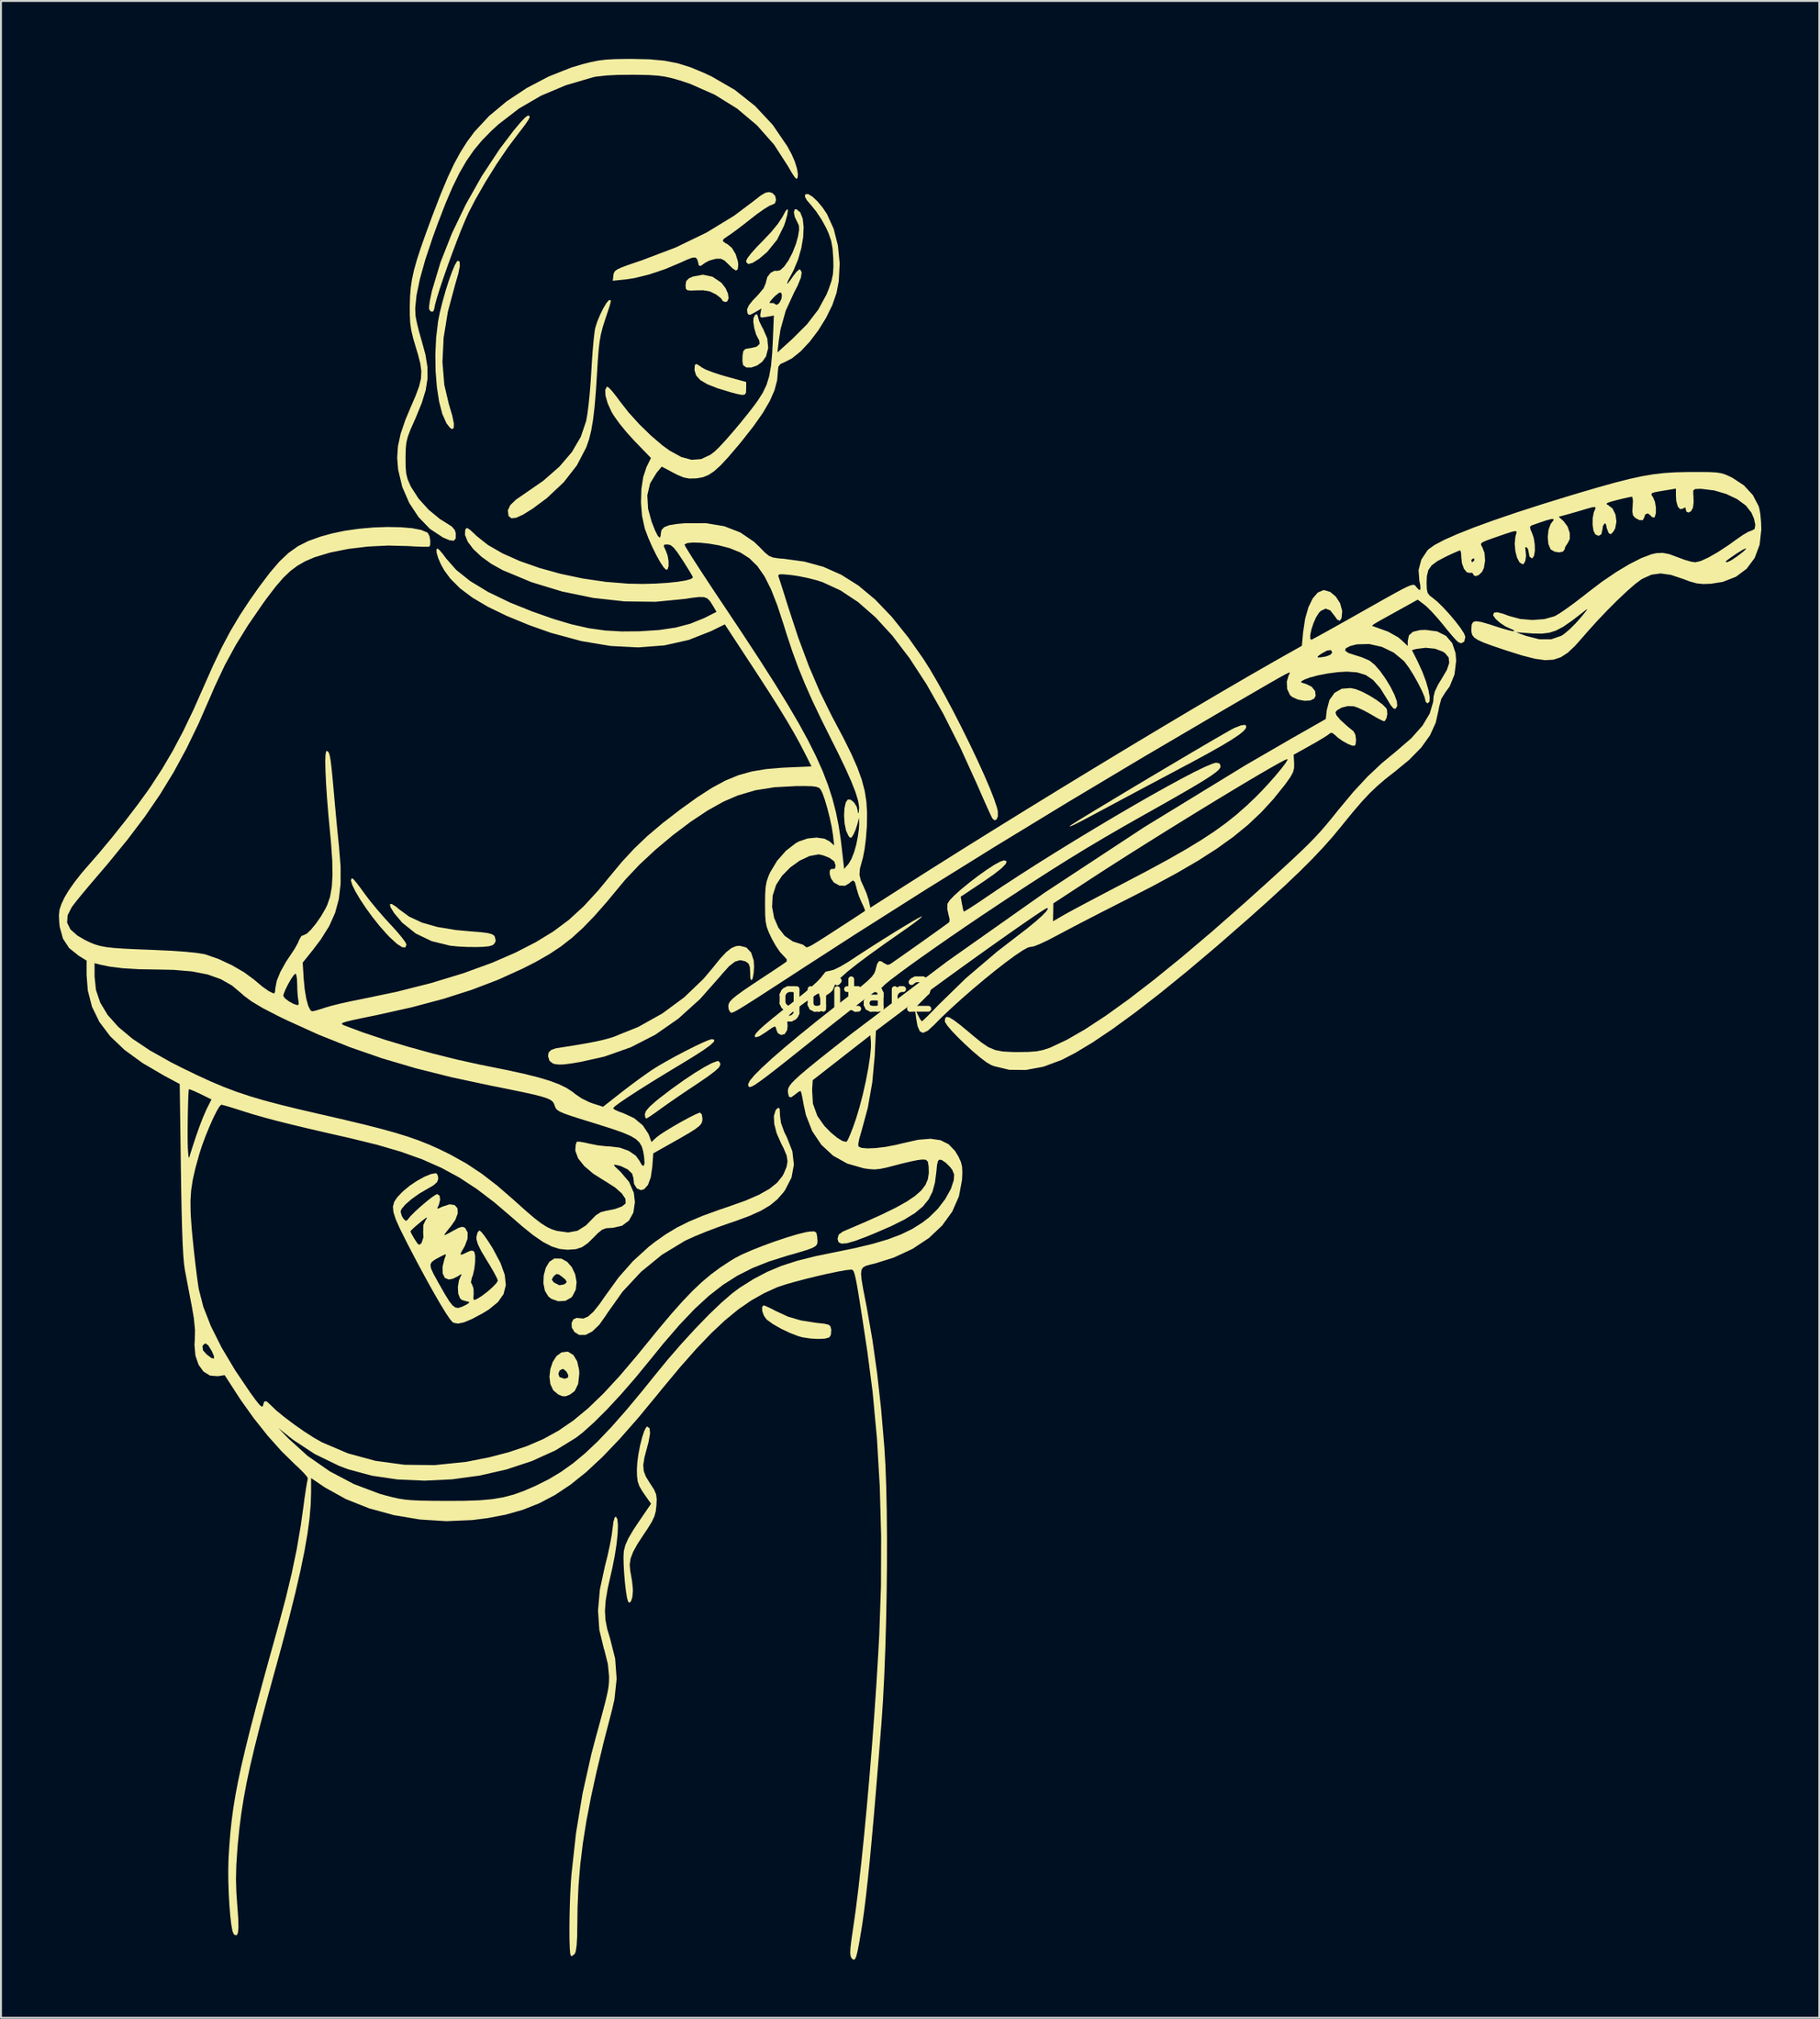
<source format=kicad_pcb>
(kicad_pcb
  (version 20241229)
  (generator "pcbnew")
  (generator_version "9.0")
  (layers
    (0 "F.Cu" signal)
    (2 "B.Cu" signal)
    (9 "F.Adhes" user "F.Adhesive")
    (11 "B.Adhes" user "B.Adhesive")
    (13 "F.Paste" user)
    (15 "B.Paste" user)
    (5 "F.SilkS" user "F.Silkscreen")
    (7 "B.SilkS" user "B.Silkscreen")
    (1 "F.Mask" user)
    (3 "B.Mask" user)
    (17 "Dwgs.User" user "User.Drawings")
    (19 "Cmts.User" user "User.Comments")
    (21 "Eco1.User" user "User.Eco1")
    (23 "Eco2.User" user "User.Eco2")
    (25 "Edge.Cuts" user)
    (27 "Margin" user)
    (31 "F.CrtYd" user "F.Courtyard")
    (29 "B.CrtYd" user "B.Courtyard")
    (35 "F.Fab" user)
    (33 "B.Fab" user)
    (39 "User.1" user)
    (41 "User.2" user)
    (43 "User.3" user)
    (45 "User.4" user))
  (footprint "guitar2"
    (layer "F.Cu")
    (at 41.23 48.472)
    (property "Reference" "guitar2" (at 0 0 0) (layer "F.SilkS") (effects (font (size 1.524 1.524) (thickness 0.3))))
    (attr board_only exclude_from_pos_files exclude_from_bom)
    (fp_poly (pts (xy -8.06 -32.583) (xy -7.963 -32.509) (xy -7.762 -32.4) (xy -7.416 -32.264) (xy -6.983 -32.12) (xy -6.687 -32.034) (xy -5.656 -31.751) (xy -5.656 -31.403) (xy -5.666 -31.204) (xy -5.725 -31.099) (xy -5.872 -31.08) (xy -6.148 -31.136) (xy -6.427 -31.21) (xy -7.141 -31.426) (xy -7.67 -31.635) (xy -8.031 -31.851) (xy -8.243 -32.083) (xy -8.327 -32.345) (xy -8.33 -32.411) (xy -8.312 -32.63) (xy -8.235 -32.684)) (stroke (width 0) (type solid)) (fill yes) (layer "F.SilkS"))
    (fp_poly (pts (xy -3.495 -40.616) (xy -3.531 -40.39) (xy -3.629 -40.039) (xy -3.695 -39.844) (xy -4.053 -39.118) (xy -4.57 -38.479) (xy -4.971 -38.138) (xy -5.32 -37.917) (xy -5.544 -37.854) (xy -5.647 -37.948) (xy -5.656 -38.025) (xy -5.586 -38.167) (xy -5.396 -38.413) (xy -5.116 -38.727) (xy -4.822 -39.028) (xy -4.374 -39.499) (xy -4.012 -39.94) (xy -3.771 -40.308) (xy -3.743 -40.362) (xy -3.603 -40.621) (xy -3.519 -40.699)) (stroke (width 0) (type solid)) (fill yes) (layer "F.SilkS"))
    (fp_poly (pts (xy -7.402 -37.2) (xy -6.956 -36.9) (xy -6.923 -36.868) (xy -6.72 -36.603) (xy -6.598 -36.323) (xy -6.566 -36.079) (xy -6.635 -35.921) (xy -6.736 -35.889) (xy -6.873 -35.94) (xy -6.89 -35.984) (xy -6.97 -36.092) (xy -7.169 -36.248) (xy -7.248 -36.3) (xy -7.542 -36.44) (xy -7.875 -36.496) (xy -8.2 -36.494) (xy -8.532 -36.482) (xy -8.709 -36.503) (xy -8.779 -36.579) (xy -8.792 -36.733) (xy -8.792 -36.765) (xy -8.758 -36.977) (xy -8.62 -37.114) (xy -8.411 -37.208) (xy -7.895 -37.304)) (stroke (width 0) (type solid)) (fill yes) (layer "F.SilkS"))
    (fp_poly (pts (xy -25.953 -5.982) (xy -25.779 -5.77) (xy -25.552 -5.466) (xy -25.451 -5.325) (xy -25.158 -4.935) (xy -24.776 -4.469) (xy -24.363 -3.994) (xy -24.089 -3.696) (xy -23.758 -3.334) (xy -23.487 -3.012) (xy -23.305 -2.767) (xy -23.24 -2.635) (xy -23.298 -2.484) (xy -23.465 -2.497) (xy -23.732 -2.67) (xy -24.091 -2.998) (xy -24.25 -3.162) (xy -24.632 -3.593) (xy -25.002 -4.058) (xy -25.345 -4.529) (xy -25.644 -4.98) (xy -25.883 -5.385) (xy -26.046 -5.717) (xy -26.116 -5.951) (xy -26.076 -6.059) (xy -26.043 -6.063)) (stroke (width 0) (type solid)) (fill yes) (layer "F.SilkS"))
    (fp_poly (pts (xy -7.011 3.479) (xy -6.993 3.589) (xy -7.065 3.726) (xy -7.29 3.935) (xy -7.678 4.224) (xy -8.201 4.579) (xy -8.715 4.921) (xy -9.238 5.276) (xy -9.71 5.603) (xy -10.072 5.861) (xy -10.09 5.875) (xy -10.412 6.106) (xy -10.669 6.281) (xy -10.818 6.37) (xy -10.836 6.376) (xy -10.886 6.288) (xy -10.9 6.144) (xy -10.84 5.977) (xy -10.647 5.751) (xy -10.304 5.448) (xy -10.103 5.288) (xy -9.486 4.818) (xy -8.883 4.388) (xy -8.322 4.014) (xy -7.829 3.714) (xy -7.433 3.503) (xy -7.16 3.401) (xy -7.1 3.394)) (stroke (width 0) (type solid)) (fill yes) (layer "F.SilkS"))
    (fp_poly (pts (xy -23.78 -4.593) (xy -23.63 -4.466) (xy -23.098 -4.077) (xy -22.445 -3.772) (xy -21.65 -3.544) (xy -20.695 -3.387) (xy -19.909 -3.315) (xy -19.39 -3.274) (xy -19.04 -3.229) (xy -18.823 -3.172) (xy -18.704 -3.096) (xy -18.676 -3.059) (xy -18.618 -2.837) (xy -18.676 -2.699) (xy -18.777 -2.604) (xy -18.964 -2.545) (xy -19.281 -2.515) (xy -19.601 -2.504) (xy -20.088 -2.509) (xy -20.584 -2.534) (xy -20.983 -2.575) (xy -20.983 -2.575) (xy -21.934 -2.809) (xy -22.759 -3.204) (xy -23.456 -3.761) (xy -23.869 -4.249) (xy -24.059 -4.553) (xy -24.101 -4.718) (xy -24.004 -4.735)) (stroke (width 0) (type solid)) (fill yes) (layer "F.SilkS"))
    (fp_poly (pts (xy -4.619 16.088) (xy -4.369 16.206) (xy -4.106 16.342) (xy -3.48 16.629) (xy -2.825 16.821) (xy -2.058 16.942) (xy -1.954 16.953) (xy -1.594 16.994) (xy -1.39 17.043) (xy -1.294 17.127) (xy -1.257 17.27) (xy -1.251 17.316) (xy -1.27 17.566) (xy -1.354 17.7) (xy -1.574 17.762) (xy -1.924 17.78) (xy -2.334 17.757) (xy -2.733 17.697) (xy -2.931 17.646) (xy -3.379 17.475) (xy -3.851 17.25) (xy -4.276 17.008) (xy -4.582 16.786) (xy -4.602 16.767) (xy -4.739 16.574) (xy -4.821 16.343) (xy -4.835 16.143) (xy -4.766 16.044) (xy -4.749 16.042)) (stroke (width 0) (type solid)) (fill yes) (layer "F.SilkS"))
    (fp_poly (pts (xy -20.487 -37.981) (xy -20.477 -37.756) (xy -20.557 -37.354) (xy -20.719 -36.795) (xy -21.096 -35.393) (xy -21.316 -34.049) (xy -21.378 -32.779) (xy -21.281 -31.603) (xy -21.043 -30.593) (xy -20.869 -30.009) (xy -20.787 -29.603) (xy -20.795 -29.371) (xy -20.877 -29.308) (xy -20.994 -29.388) (xy -21.148 -29.585) (xy -21.179 -29.632) (xy -21.387 -30.104) (xy -21.55 -30.737) (xy -21.666 -31.488) (xy -21.732 -32.318) (xy -21.745 -33.186) (xy -21.704 -34.05) (xy -21.606 -34.87) (xy -21.515 -35.339) (xy -21.373 -35.91) (xy -21.212 -36.479) (xy -21.044 -37.007) (xy -20.881 -37.461) (xy -20.737 -37.802) (xy -20.623 -37.996) (xy -20.587 -38.025)) (stroke (width 0) (type solid)) (fill yes) (layer "F.SilkS"))
    (fp_poly (pts (xy -5.036 -35.097) (xy -5.036 -35.092) (xy -4.982 -34.899) (xy -4.85 -34.623) (xy -4.779 -34.501) (xy -4.564 -34.005) (xy -4.515 -33.514) (xy -4.63 -33.071) (xy -4.825 -32.796) (xy -5.095 -32.602) (xy -5.39 -32.501) (xy -5.648 -32.503) (xy -5.81 -32.617) (xy -5.821 -32.64) (xy -5.85 -32.839) (xy -5.844 -33.119) (xy -5.843 -33.128) (xy -5.802 -33.356) (xy -5.693 -33.461) (xy -5.451 -33.502) (xy -5.419 -33.505) (xy -5.111 -33.579) (xy -4.958 -33.724) (xy -4.983 -33.914) (xy -5.017 -33.962) (xy -5.139 -34.201) (xy -5.237 -34.537) (xy -5.286 -34.87) (xy -5.275 -35.064) (xy -5.185 -35.239) (xy -5.086 -35.252)) (stroke (width 0) (type solid)) (fill yes) (layer "F.SilkS"))
    (fp_poly (pts (xy -14.862 18.449) (xy -14.597 18.615) (xy -14.404 18.94) (xy -14.303 19.381) (xy -14.294 19.58) (xy -14.352 20.108) (xy -14.53 20.473) (xy -14.773 20.658) (xy -15.003 20.748) (xy -15.174 20.743) (xy -15.388 20.652) (xy -15.645 20.434) (xy -15.792 20.115) (xy -15.838 19.736) (xy -15.82 19.582) (xy -15.378 19.582) (xy -15.326 19.74) (xy -15.3 19.76) (xy -15.056 19.842) (xy -14.88 19.782) (xy -14.866 19.647) (xy -14.957 19.473) (xy -15.097 19.349) (xy -15.161 19.333) (xy -15.312 19.412) (xy -15.378 19.582) (xy -15.82 19.582) (xy -15.793 19.34) (xy -15.669 18.97) (xy -15.474 18.668) (xy -15.219 18.477) (xy -14.914 18.438)) (stroke (width 0) (type solid)) (fill yes) (layer "F.SilkS"))
    (fp_poly (pts (xy -15.23 13.62) (xy -14.923 13.786) (xy -14.676 14.072) (xy -14.507 14.435) (xy -14.434 14.834) (xy -14.475 15.226) (xy -14.65 15.569) (xy -14.711 15.637) (xy -15.014 15.808) (xy -15.381 15.83) (xy -15.736 15.706) (xy -15.893 15.584) (xy -16.075 15.285) (xy -16.152 14.9) (xy -16.144 14.708) (xy -15.718 14.708) (xy -15.632 14.832) (xy -15.582 14.871) (xy -15.328 15) (xy -15.1 14.962) (xy -15.019 14.917) (xy -14.943 14.828) (xy -15.013 14.71) (xy -15.122 14.613) (xy -15.339 14.448) (xy -15.475 14.417) (xy -15.598 14.513) (xy -15.64 14.562) (xy -15.718 14.708) (xy -16.144 14.708) (xy -16.134 14.484) (xy -16.028 14.095) (xy -15.845 13.788) (xy -15.592 13.62) (xy -15.579 13.616)) (stroke (width 0) (type solid)) (fill yes) (layer "F.SilkS"))
    (fp_poly (pts (xy -16.872 -45.51) (xy -16.865 -45.447) (xy -16.926 -45.322) (xy -17.088 -45.084) (xy -17.321 -44.774) (xy -17.419 -44.65) (xy -17.985 -43.898) (xy -18.581 -43.02) (xy -19.164 -42.084) (xy -19.692 -41.159) (xy -20.017 -40.529) (xy -20.193 -40.141) (xy -20.403 -39.637) (xy -20.633 -39.05) (xy -20.872 -38.416) (xy -21.107 -37.769) (xy -21.327 -37.142) (xy -21.518 -36.571) (xy -21.669 -36.088) (xy -21.767 -35.73) (xy -21.801 -35.534) (xy -21.861 -35.394) (xy -21.983 -35.402) (xy -22.067 -35.516) (xy -22.068 -35.675) (xy -22.024 -35.977) (xy -21.943 -36.367) (xy -21.907 -36.517) (xy -21.476 -37.95) (xy -20.889 -39.44) (xy -20.169 -40.941) (xy -19.339 -42.41) (xy -18.423 -43.799) (xy -17.697 -44.759) (xy -17.344 -45.18) (xy -17.097 -45.441) (xy -16.943 -45.548)) (stroke (width 0) (type solid)) (fill yes) (layer "F.SilkS"))
    (fp_poly (pts (xy 20.22 -13.964) (xy 20.223 -13.854) (xy 20.111 -13.703) (xy 19.872 -13.504) (xy 19.496 -13.25) (xy 18.971 -12.933) (xy 18.286 -12.546) (xy 17.431 -12.081) (xy 17.054 -11.881) (xy 16.28 -11.47) (xy 15.458 -11.032) (xy 14.639 -10.596) (xy 13.871 -10.186) (xy 13.205 -9.83) (xy 12.863 -9.647) (xy 12.215 -9.3) (xy 11.73 -9.044) (xy 11.393 -8.872) (xy 11.187 -8.774) (xy 11.096 -8.744) (xy 11.104 -8.772) (xy 11.115 -8.782) (xy 11.231 -8.863) (xy 11.504 -9.035) (xy 11.91 -9.285) (xy 12.429 -9.601) (xy 13.04 -9.969) (xy 13.72 -10.378) (xy 14.447 -10.814) (xy 15.201 -11.264) (xy 15.96 -11.715) (xy 16.702 -12.155) (xy 17.406 -12.571) (xy 18.05 -12.949) (xy 18.612 -13.278) (xy 19.072 -13.543) (xy 19.406 -13.734) (xy 19.595 -13.835) (xy 19.611 -13.843) (xy 19.955 -13.977) (xy 20.153 -14.005)) (stroke (width 0) (type solid)) (fill yes) (layer "F.SilkS"))
    (fp_poly (pts (xy -5.648 -2.482) (xy -5.401 -2.224) (xy -5.267 -1.812) (xy -5.246 -1.503) (xy -5.266 -1.168) (xy -5.314 -0.905) (xy -5.347 -0.823) (xy -5.409 -0.785) (xy -5.441 -0.923) (xy -5.449 -1.159) (xy -5.465 -1.469) (xy -5.53 -1.644) (xy -5.676 -1.752) (xy -5.717 -1.771) (xy -5.973 -1.827) (xy -6.237 -1.747) (xy -6.537 -1.516) (xy -6.896 -1.119) (xy -6.97 -1.027) (xy -8.041 0.184) (xy -9.168 1.202) (xy -10.36 2.033) (xy -11.632 2.685) (xy -12.993 3.165) (xy -14.23 3.442) (xy -14.728 3.524) (xy -15.074 3.569) (xy -15.32 3.58) (xy -15.516 3.56) (xy -15.652 3.529) (xy -15.835 3.388) (xy -15.911 3.142) (xy -15.88 2.948) (xy -15.742 2.817) (xy -15.497 2.734) (xy -15.492 2.733) (xy -14.663 2.603) (xy -14.004 2.493) (xy -13.482 2.394) (xy -13.063 2.301) (xy -12.715 2.207) (xy -12.546 2.155) (xy -11.236 1.627) (xy -9.997 0.934) (xy -8.863 0.098) (xy -7.865 -0.859) (xy -7.391 -1.422) (xy -6.999 -1.908) (xy -6.686 -2.242) (xy -6.425 -2.448) (xy -6.187 -2.549) (xy -5.998 -2.57)) (stroke (width 0) (type solid)) (fill yes) (layer "F.SilkS"))
    (fp_poly (pts (xy -12.684 -35.988) (xy -12.662 -35.953) (xy -12.677 -35.852) (xy -12.735 -35.65) (xy -12.846 -35.312) (xy -12.96 -34.97) (xy -13.081 -34.589) (xy -13.171 -34.239) (xy -13.239 -33.871) (xy -13.29 -33.438) (xy -13.334 -32.89) (xy -13.372 -32.265) (xy -13.435 -31.271) (xy -13.504 -30.455) (xy -13.583 -29.787) (xy -13.677 -29.239) (xy -13.789 -28.783) (xy -13.924 -28.39) (xy -13.934 -28.365) (xy -14.419 -27.436) (xy -15.1 -26.56) (xy -15.972 -25.742) (xy -16.71 -25.194) (xy -17.203 -24.887) (xy -17.564 -24.722) (xy -17.807 -24.696) (xy -17.945 -24.804) (xy -17.959 -24.835) (xy -17.992 -25.107) (xy -17.868 -25.376) (xy -17.572 -25.662) (xy -17.199 -25.919) (xy -16.161 -26.637) (xy -15.321 -27.372) (xy -14.675 -28.128) (xy -14.216 -28.914) (xy -13.938 -29.731) (xy -13.876 -30.089) (xy -13.811 -30.599) (xy -13.75 -31.207) (xy -13.699 -31.861) (xy -13.673 -32.282) (xy -13.635 -32.908) (xy -13.591 -33.496) (xy -13.544 -34.001) (xy -13.498 -34.378) (xy -13.468 -34.548) (xy -13.368 -34.866) (xy -13.222 -35.22) (xy -13.056 -35.558) (xy -12.896 -35.828) (xy -12.77 -35.978) (xy -12.735 -35.992)) (stroke (width 0) (type solid)) (fill yes) (layer "F.SilkS"))
    (fp_poly (pts (xy -10.654 22.404) (xy -10.631 22.67) (xy -10.708 23.112) (xy -10.784 23.393) (xy -10.923 23.916) (xy -10.983 24.304) (xy -10.959 24.616) (xy -10.847 24.909) (xy -10.642 25.241) (xy -10.631 25.258) (xy -10.424 25.575) (xy -10.318 25.819) (xy -10.287 26.076) (xy -10.301 26.396) (xy -10.336 26.702) (xy -10.408 26.966) (xy -10.541 27.246) (xy -10.76 27.601) (xy -10.924 27.845) (xy -11.274 28.379) (xy -11.507 28.798) (xy -11.639 29.145) (xy -11.684 29.462) (xy -11.655 29.793) (xy -11.629 29.931) (xy -11.562 30.322) (xy -11.523 30.703) (xy -11.519 30.83) (xy -11.546 31.133) (xy -11.611 31.348) (xy -11.696 31.433) (xy -11.762 31.385) (xy -11.819 31.201) (xy -11.875 30.865) (xy -11.927 30.43) (xy -11.969 29.951) (xy -11.997 29.48) (xy -12.006 29.071) (xy -11.991 28.778) (xy -11.988 28.76) (xy -11.911 28.452) (xy -11.754 28.1) (xy -11.496 27.663) (xy -11.246 27.286) (xy -10.579 26.309) (xy -10.766 26.047) (xy -11.026 25.672) (xy -11.187 25.394) (xy -11.272 25.148) (xy -11.306 24.867) (xy -11.312 24.526) (xy -11.289 24.149) (xy -11.229 23.716) (xy -11.142 23.272) (xy -11.039 22.866) (xy -10.931 22.542) (xy -10.831 22.349) (xy -10.779 22.315)) (stroke (width 0) (type solid)) (fill yes) (layer "F.SilkS"))
    (fp_poly (pts (xy -4.299 -41.53) (xy -4.293 -41.527) (xy -4.152 -41.376) (xy -4.111 -41.172) (xy -4.167 -40.996) (xy -4.306 -40.928) (xy -4.461 -40.866) (xy -4.732 -40.699) (xy -5.081 -40.453) (xy -5.407 -40.201) (xy -5.804 -39.889) (xy -6.17 -39.611) (xy -6.46 -39.4) (xy -6.603 -39.305) (xy -6.827 -39.151) (xy -6.865 -39.04) (xy -6.718 -38.931) (xy -6.627 -38.888) (xy -6.394 -38.689) (xy -6.199 -38.363) (xy -6.083 -37.988) (xy -6.067 -37.812) (xy -6.093 -37.58) (xy -6.184 -37.519) (xy -6.357 -37.629) (xy -6.541 -37.81) (xy -6.773 -38.033) (xy -6.958 -38.128) (xy -7.179 -38.13) (xy -7.262 -38.118) (xy -7.563 -38.034) (xy -7.796 -37.911) (xy -7.811 -37.899) (xy -8.013 -37.756) (xy -8.112 -37.787) (xy -8.125 -37.869) (xy -8.179 -38.067) (xy -8.217 -38.139) (xy -8.298 -38.197) (xy -8.451 -38.182) (xy -8.716 -38.082) (xy -8.994 -37.955) (xy -9.83 -37.601) (xy -10.672 -37.317) (xy -11.454 -37.125) (xy -11.892 -37.059) (xy -12.562 -36.99) (xy -12.528 -37.28) (xy -12.505 -37.395) (xy -12.445 -37.49) (xy -12.319 -37.582) (xy -12.097 -37.684) (xy -11.748 -37.814) (xy -11.244 -37.986) (xy -11.042 -38.054) (xy -9.303 -38.714) (xy -7.713 -39.483) (xy -6.285 -40.353) (xy -5.26 -41.123) (xy -4.911 -41.397) (xy -4.663 -41.545) (xy -4.474 -41.583)) (stroke (width 0) (type solid)) (fill yes) (layer "F.SilkS"))
    (fp_poly (pts (xy -12.324 27.105) (xy -12.294 27.403) (xy -12.307 27.839) (xy -12.362 28.379) (xy -12.457 28.994) (xy -12.587 29.652) (xy -12.65 29.925) (xy -12.823 30.697) (xy -12.928 31.323) (xy -12.966 31.85) (xy -12.939 32.326) (xy -12.846 32.799) (xy -12.705 33.267) (xy -12.438 34.327) (xy -12.361 35.371) (xy -12.475 36.437) (xy -12.597 36.969) (xy -13.027 38.63) (xy -13.388 40.125) (xy -13.687 41.483) (xy -13.926 42.731) (xy -14.111 43.896) (xy -14.246 45.006) (xy -14.335 46.087) (xy -14.383 47.168) (xy -14.395 48.03) (xy -14.404 48.7) (xy -14.432 49.18) (xy -14.479 49.483) (xy -14.528 49.604) (xy -14.66 49.716) (xy -14.734 49.709) (xy -14.767 49.574) (xy -14.789 49.269) (xy -14.802 48.829) (xy -14.805 48.29) (xy -14.799 47.687) (xy -14.783 47.055) (xy -14.759 46.43) (xy -14.726 45.847) (xy -14.7 45.504) (xy -14.463 43.351) (xy -14.125 41.303) (xy -13.671 39.276) (xy -13.456 38.46) (xy -13.241 37.675) (xy -13.076 37.061) (xy -12.952 36.587) (xy -12.865 36.225) (xy -12.807 35.947) (xy -12.774 35.724) (xy -12.758 35.528) (xy -12.753 35.329) (xy -12.753 35.225) (xy -12.816 34.603) (xy -12.993 33.893) (xy -13.029 33.781) (xy -13.257 32.838) (xy -13.324 31.836) (xy -13.229 30.752) (xy -12.973 29.565) (xy -12.833 29.008) (xy -12.711 28.446) (xy -12.619 27.949) (xy -12.577 27.633) (xy -12.526 27.239) (xy -12.461 27.017) (xy -12.402 26.975)) (stroke (width 0) (type solid)) (fill yes) (layer "F.SilkS"))
    (fp_poly (pts (xy -3.922 5.884) (xy -3.908 6.121) (xy -3.908 6.194) (xy -3.855 6.599) (xy -3.684 7.068) (xy -3.548 7.345) (xy -3.265 8.068) (xy -3.185 8.76) (xy -3.309 9.426) (xy -3.637 10.067) (xy -3.735 10.204) (xy -4.044 10.555) (xy -4.416 10.861) (xy -4.882 11.139) (xy -5.476 11.408) (xy -6.23 11.687) (xy -6.502 11.778) (xy -7.113 11.992) (xy -7.741 12.231) (xy -8.319 12.468) (xy -8.78 12.678) (xy -8.845 12.711) (xy -10.016 13.422) (xy -11.093 14.302) (xy -12.049 15.325) (xy -12.856 16.464) (xy -12.894 16.528) (xy -13.255 17.04) (xy -13.621 17.392) (xy -13.974 17.573) (xy -14.299 17.574) (xy -14.544 17.423) (xy -14.68 17.193) (xy -14.693 16.954) (xy -14.6 16.765) (xy -14.42 16.687) (xy -14.319 16.703) (xy -14.083 16.723) (xy -13.84 16.62) (xy -13.568 16.377) (xy -13.247 15.977) (xy -12.984 15.597) (xy -12.259 14.595) (xy -11.514 13.75) (xy -10.706 13.015) (xy -10.378 12.757) (xy -9.818 12.362) (xy -9.246 12.017) (xy -8.619 11.704) (xy -7.894 11.4) (xy -7.03 11.087) (xy -6.589 10.939) (xy -5.698 10.622) (xy -4.992 10.316) (xy -4.45 10.01) (xy -4.053 9.692) (xy -3.78 9.35) (xy -3.709 9.219) (xy -3.565 8.874) (xy -3.514 8.583) (xy -3.563 8.282) (xy -3.718 7.909) (xy -3.856 7.64) (xy -4.08 7.129) (xy -4.203 6.649) (xy -4.222 6.239) (xy -4.132 5.942) (xy -4.062 5.862) (xy -3.967 5.81)) (stroke (width 0) (type solid)) (fill yes) (layer "F.SilkS"))
    (fp_poly (pts (xy 3.387 -4.021) (xy 3.187 -3.859) (xy 2.881 -3.632) (xy 2.543 -3.393) (xy 1.563 -2.708) (xy 0.75 -2.125) (xy 0.097 -1.637) (xy -0.405 -1.238) (xy -0.763 -0.921) (xy -0.986 -0.68) (xy -1.081 -0.509) (xy -1.082 -0.504) (xy -1.181 -0.264) (xy -1.321 -0.129) (xy -1.517 -0.000067) (xy -1.573 0.069) (xy -1.709 0.195) (xy -1.823 0.161) (xy -1.851 0.051) (xy -1.886 -0.086) (xy -1.916 -0.103) (xy -2.021 -0.046) (xy -2.252 0.108) (xy -2.569 0.332) (xy -2.783 0.488) (xy -3.161 0.775) (xy -3.395 0.979) (xy -3.511 1.13) (xy -3.538 1.258) (xy -3.53 1.311) (xy -3.511 1.595) (xy -3.54 1.806) (xy -3.664 2.001) (xy -3.849 2.048) (xy -4.02 1.951) (xy -4.095 1.77) (xy -4.122 1.645) (xy -4.181 1.61) (xy -4.315 1.675) (xy -4.566 1.849) (xy -4.631 1.895) (xy -4.964 2.108) (xy -5.159 2.167) (xy -5.205 2.14) (xy -5.207 2.063) (xy -5.13 1.941) (xy -4.959 1.761) (xy -4.68 1.51) (xy -4.278 1.175) (xy -3.74 0.742) (xy -3.113 0.249) (xy -2.666 -0.112) (xy -2.27 -0.45) (xy -1.959 -0.738) (xy -1.764 -0.946) (xy -1.721 -1.01) (xy -1.544 -1.228) (xy -1.333 -1.274) (xy -1.125 -1.328) (xy -0.793 -1.488) (xy -0.376 -1.735) (xy -0.206 -1.846) (xy 0.332 -2.2) (xy 0.898 -2.565) (xy 1.467 -2.926) (xy 2.012 -3.266) (xy 2.506 -3.568) (xy 2.922 -3.817) (xy 3.234 -3.995) (xy 3.415 -4.086) (xy 3.448 -4.093)) (stroke (width 0) (type solid)) (fill yes) (layer "F.SilkS"))
    (fp_poly (pts (xy 18.844 -12.011) (xy 18.9 -11.876) (xy 18.886 -11.794) (xy 18.814 -11.691) (xy 18.669 -11.56) (xy 18.437 -11.39) (xy 18.103 -11.172) (xy 17.653 -10.897) (xy 17.073 -10.557) (xy 16.348 -10.141) (xy 15.464 -9.641) (xy 14.962 -9.359) (xy 13.887 -8.75) (xy 12.895 -8.175) (xy 11.946 -7.611) (xy 11.001 -7.032) (xy 10.02 -6.415) (xy 8.965 -5.736) (xy 7.795 -4.969) (xy 7.353 -4.677) (xy 6.514 -4.117) (xy 5.681 -3.553) (xy 4.872 -2.998) (xy 4.104 -2.464) (xy 3.397 -1.965) (xy 2.768 -1.514) (xy 2.237 -1.123) (xy 1.821 -0.807) (xy 1.539 -0.578) (xy 1.41 -0.449) (xy 1.409 -0.447) (xy 1.277 -0.323) (xy 1.222 -0.309) (xy 1.143 -0.277) (xy 0.986 -0.178) (xy 0.739 -0.002) (xy 0.391 0.259) (xy -0.068 0.612) (xy -0.649 1.067) (xy -1.363 1.631) (xy -2.22 2.312) (xy -2.674 2.674) (xy -3.429 3.276) (xy -4.04 3.759) (xy -4.522 4.133) (xy -4.89 4.408) (xy -5.158 4.595) (xy -5.343 4.704) (xy -5.46 4.744) (xy -5.523 4.726) (xy -5.549 4.661) (xy -5.553 4.591) (xy -5.471 4.418) (xy -5.232 4.133) (xy -4.847 3.746) (xy -4.324 3.266) (xy -3.675 2.702) (xy -2.909 2.062) (xy -2.038 1.355) (xy -1.07 0.59) (xy -0.21 -0.075) (xy 0.281 -0.458) (xy 0.626 -0.749) (xy 0.851 -0.972) (xy 0.979 -1.149) (xy 1.034 -1.295) (xy 1.122 -1.63) (xy 1.222 -1.779) (xy 1.354 -1.762) (xy 1.443 -1.693) (xy 1.646 -1.586) (xy 1.767 -1.603) (xy 1.897 -1.689) (xy 2.156 -1.869) (xy 2.511 -2.118) (xy 2.929 -2.413) (xy 3.376 -2.729) (xy 3.818 -3.044) (xy 4.221 -3.332) (xy 4.552 -3.57) (xy 4.776 -3.733) (xy 4.858 -3.796) (xy 4.878 -3.929) (xy 4.823 -4.16) (xy 4.817 -4.177) (xy 4.752 -4.482) (xy 4.763 -4.745) (xy 4.876 -4.923) (xy 5.127 -5.184) (xy 5.479 -5.499) (xy 5.896 -5.841) (xy 6.343 -6.183) (xy 6.783 -6.497) (xy 7.179 -6.755) (xy 7.497 -6.929) (xy 7.698 -6.993) (xy 7.828 -6.945) (xy 7.782 -6.807) (xy 7.564 -6.583) (xy 7.178 -6.278) (xy 6.631 -5.897) (xy 6.631 -5.897) (xy 5.447 -5.108) (xy 5.514 -4.739) (xy 5.564 -4.489) (xy 5.602 -4.347) (xy 5.607 -4.339) (xy 5.696 -4.382) (xy 5.923 -4.521) (xy 6.254 -4.737) (xy 6.658 -5.008) (xy 6.75 -5.072) (xy 7.567 -5.622) (xy 8.46 -6.205) (xy 9.409 -6.812) (xy 10.397 -7.431) (xy 11.406 -8.052) (xy 12.419 -8.664) (xy 13.416 -9.258) (xy 14.38 -9.821) (xy 15.294 -10.345) (xy 16.139 -10.817) (xy 16.897 -11.229) (xy 17.55 -11.569) (xy 18.08 -11.826) (xy 18.47 -11.991) (xy 18.664 -12.048)) (stroke (width 0) (type solid)) (fill yes) (layer "F.SilkS"))
    (fp_poly (pts (xy -10.664 -48.452) (xy -9.9 -48.382) (xy -9.212 -48.25) (xy -8.54 -48.04) (xy -7.82 -47.741) (xy -7.44 -47.561) (xy -6.248 -46.872) (xy -5.192 -46.034) (xy -4.281 -45.058) (xy -3.527 -43.953) (xy -3.302 -43.537) (xy -3.139 -43.162) (xy -3.027 -42.802) (xy -2.977 -42.503) (xy -2.996 -42.311) (xy -3.059 -42.266) (xy -3.143 -42.35) (xy -3.29 -42.571) (xy -3.47 -42.882) (xy -3.485 -42.909) (xy -4.211 -44.034) (xy -5.095 -45.034) (xy -6.123 -45.9) (xy -7.283 -46.62) (xy -8.561 -47.184) (xy -9.109 -47.365) (xy -9.513 -47.479) (xy -9.871 -47.558) (xy -10.241 -47.608) (xy -10.68 -47.637) (xy -11.244 -47.65) (xy -11.517 -47.653) (xy -12.265 -47.646) (xy -12.901 -47.615) (xy -13.39 -47.562) (xy -13.574 -47.527) (xy -14.996 -47.108) (xy -16.268 -46.572) (xy -17.419 -45.903) (xy -18.478 -45.086) (xy -18.856 -44.74) (xy -19.326 -44.259) (xy -19.746 -43.755) (xy -20.132 -43.2) (xy -20.499 -42.567) (xy -20.86 -41.832) (xy -21.23 -40.965) (xy -21.624 -39.942) (xy -21.889 -39.211) (xy -22.268 -38.074) (xy -22.545 -37.081) (xy -22.719 -36.242) (xy -22.788 -35.564) (xy -22.77 -35.169) (xy -22.708 -34.842) (xy -22.602 -34.408) (xy -22.474 -33.952) (xy -22.456 -33.894) (xy -22.258 -33.168) (xy -22.154 -32.532) (xy -22.148 -31.936) (xy -22.244 -31.331) (xy -22.447 -30.668) (xy -22.762 -29.895) (xy -22.842 -29.716) (xy -23.045 -29.256) (xy -23.173 -28.909) (xy -23.246 -28.606) (xy -23.278 -28.273) (xy -23.287 -27.841) (xy -23.287 -27.817) (xy -23.282 -27.342) (xy -23.251 -27) (xy -23.18 -26.72) (xy -23.056 -26.428) (xy -22.998 -26.31) (xy -22.612 -25.713) (xy -22.093 -25.139) (xy -21.509 -24.657) (xy -21.209 -24.471) (xy -20.897 -24.272) (xy -20.737 -24.087) (xy -20.687 -23.915) (xy -20.69 -23.652) (xy -20.791 -23.535) (xy -21.012 -23.559) (xy -21.357 -23.706) (xy -22.025 -24.148) (xy -22.612 -24.754) (xy -23.097 -25.49) (xy -23.458 -26.322) (xy -23.671 -27.215) (xy -23.721 -27.826) (xy -23.681 -28.429) (xy -23.541 -29.071) (xy -23.294 -29.796) (xy -23.029 -30.428) (xy -22.763 -31.044) (xy -22.585 -31.528) (xy -22.489 -31.931) (xy -22.47 -32.305) (xy -22.523 -32.703) (xy -22.644 -33.175) (xy -22.736 -33.481) (xy -22.893 -34.014) (xy -22.993 -34.432) (xy -23.047 -34.816) (xy -23.068 -35.244) (xy -23.067 -35.735) (xy -23.053 -36.203) (xy -23.017 -36.64) (xy -22.952 -37.076) (xy -22.85 -37.541) (xy -22.702 -38.069) (xy -22.501 -38.689) (xy -22.239 -39.432) (xy -21.908 -40.33) (xy -21.857 -40.465) (xy -21.467 -41.475) (xy -21.114 -42.319) (xy -20.781 -43.029) (xy -20.452 -43.636) (xy -20.111 -44.175) (xy -19.742 -44.676) (xy -19.718 -44.706) (xy -18.964 -45.518) (xy -18.047 -46.282) (xy -17.008 -46.97) (xy -15.886 -47.559) (xy -14.725 -48.021) (xy -14.14 -48.197) (xy -13.695 -48.309) (xy -13.306 -48.387) (xy -12.916 -48.435) (xy -12.465 -48.461) (xy -11.895 -48.471) (xy -11.569 -48.472)) (stroke (width 0) (type solid)) (fill yes) (layer "F.SilkS"))
    (fp_poly (pts (xy -21.672 9.22) (xy -21.611 9.349) (xy -21.595 9.493) (xy -21.652 9.659) (xy -21.842 9.829) (xy -22.151 10.008) (xy -22.582 10.26) (xy -22.974 10.539) (xy -23.29 10.813) (xy -23.492 11.049) (xy -23.546 11.191) (xy -23.483 11.41) (xy -23.401 11.55) (xy -23.278 11.671) (xy -23.189 11.621) (xy -23.172 11.595) (xy -23.031 11.423) (xy -22.79 11.182) (xy -22.492 10.912) (xy -22.184 10.65) (xy -21.908 10.435) (xy -21.709 10.305) (xy -21.647 10.283) (xy -21.527 10.366) (xy -21.497 10.571) (xy -21.562 10.832) (xy -21.594 10.899) (xy -21.649 11.02) (xy -21.596 11.032) (xy -21.399 10.941) (xy -21.389 10.936) (xy -21.017 10.814) (xy -20.75 10.848) (xy -20.601 11.012) (xy -20.584 11.277) (xy -20.71 11.617) (xy -20.921 11.922) (xy -21.122 12.17) (xy -21.255 12.349) (xy -21.287 12.406) (xy -21.207 12.385) (xy -21.003 12.282) (xy -20.822 12.179) (xy -20.528 12.023) (xy -20.343 11.976) (xy -20.214 12.026) (xy -20.205 12.033) (xy -20.074 12.266) (xy -20.08 12.596) (xy -20.221 12.971) (xy -20.259 13.037) (xy -20.412 13.302) (xy -20.442 13.418) (xy -20.339 13.405) (xy -20.142 13.31) (xy -19.911 13.21) (xy -19.783 13.221) (xy -19.726 13.282) (xy -19.683 13.47) (xy -19.685 13.78) (xy -19.725 14.135) (xy -19.795 14.457) (xy -19.86 14.627) (xy -19.904 14.853) (xy -19.843 14.968) (xy -19.771 15.165) (xy -19.76 15.446) (xy -19.763 15.467) (xy -19.779 15.697) (xy -19.734 15.766) (xy -19.599 15.714) (xy -19.594 15.712) (xy -19.332 15.549) (xy -19.043 15.329) (xy -18.777 15.094) (xy -18.583 14.89) (xy -18.51 14.761) (xy -18.562 14.621) (xy -18.703 14.352) (xy -18.908 13.996) (xy -19.08 13.716) (xy -19.369 13.234) (xy -19.543 12.88) (xy -19.617 12.624) (xy -19.62 12.505) (xy -19.563 12.276) (xy -19.472 12.163) (xy -19.375 12.23) (xy -19.203 12.442) (xy -18.98 12.765) (xy -18.764 13.112) (xy -18.376 13.84) (xy -18.152 14.461) (xy -18.097 14.994) (xy -18.214 15.458) (xy -18.505 15.872) (xy -18.974 16.255) (xy -19.3 16.455) (xy -19.851 16.748) (xy -20.266 16.922) (xy -20.571 16.985) (xy -20.793 16.945) (xy -20.853 16.91) (xy -20.985 16.76) (xy -21.197 16.447) (xy -21.475 15.993) (xy -21.807 15.42) (xy -22.182 14.75) (xy -22.585 14.005) (xy -22.625 13.929) (xy -22 13.929) (xy -21.972 14.122) (xy -21.843 14.407) (xy -21.614 14.823) (xy -21.536 14.962) (xy -21.243 15.477) (xy -21.021 15.833) (xy -20.847 16.052) (xy -20.699 16.158) (xy -20.553 16.174) (xy -20.385 16.122) (xy -20.377 16.119) (xy -20.143 16.006) (xy -20.006 15.92) (xy -20.008 15.855) (xy -20.122 15.836) (xy -20.358 15.768) (xy -20.462 15.685) (xy -20.56 15.44) (xy -20.581 15.099) (xy -20.525 14.754) (xy -20.463 14.602) (xy -20.386 14.445) (xy -20.426 14.435) (xy -20.579 14.538) (xy -20.842 14.665) (xy -21.05 14.705) (xy -21.256 14.619) (xy -21.366 14.387) (xy -21.373 14.046) (xy -21.272 13.636) (xy -21.233 13.538) (xy -21.194 13.417) (xy -21.254 13.408) (xy -21.452 13.504) (xy -21.742 13.66) (xy -21.924 13.788) (xy -22 13.929) (xy -22.625 13.929) (xy -23.006 13.205) (xy -23.26 12.712) (xy -23.509 12.212) (xy -23.035 12.212) (xy -22.986 12.324) (xy -22.863 12.542) (xy -22.812 12.625) (xy -22.666 12.845) (xy -22.573 12.909) (xy -22.485 12.84) (xy -22.452 12.796) (xy -22.361 12.513) (xy -22.377 12.267) (xy -22.368 11.882) (xy -22.26 11.652) (xy -22.18 11.517) (xy -22.201 11.496) (xy -22.342 11.594) (xy -22.557 11.768) (xy -22.81 11.983) (xy -22.984 12.146) (xy -23.035 12.212) (xy -23.509 12.212) (xy -23.575 12.081) (xy -23.792 11.596) (xy -23.913 11.225) (xy -23.941 10.932) (xy -23.875 10.684) (xy -23.718 10.448) (xy -23.473 10.191) (xy -23.392 10.113) (xy -23.063 9.842) (xy -22.686 9.591) (xy -22.308 9.384) (xy -21.977 9.247) (xy -21.737 9.203)) (stroke (width 0) (type solid)) (fill yes) (layer "F.SilkS"))
    (fp_poly (pts (xy -2.227 -41.345) (xy -1.966 -41.1) (xy -1.694 -40.772) (xy -1.47 -40.436) (xy -1.127 -39.68) (xy -0.907 -38.812) (xy -0.816 -37.889) (xy -0.862 -36.97) (xy -0.98 -36.357) (xy -1.199 -35.724) (xy -1.522 -35.068) (xy -1.919 -34.428) (xy -2.363 -33.841) (xy -2.826 -33.345) (xy -3.28 -32.977) (xy -3.625 -32.798) (xy -3.879 -32.683) (xy -3.989 -32.542) (xy -4.011 -32.342) (xy -4.053 -31.839) (xy -4.19 -31.321) (xy -4.433 -30.766) (xy -4.793 -30.15) (xy -5.283 -29.453) (xy -5.915 -28.65) (xy -6.106 -28.42) (xy -6.591 -27.852) (xy -6.984 -27.43) (xy -7.315 -27.132) (xy -7.609 -26.936) (xy -7.897 -26.821) (xy -8.205 -26.766) (xy -8.26 -26.761) (xy -8.597 -26.753) (xy -8.887 -26.808) (xy -9.219 -26.946) (xy -9.409 -27.044) (xy -10.026 -27.37) (xy -10.294 -27.05) (xy -10.628 -26.503) (xy -10.774 -25.883) (xy -10.733 -25.186) (xy -10.549 -24.518) (xy -10.37 -24.063) (xy -10.229 -23.784) (xy -10.132 -23.688) (xy -10.083 -23.781) (xy -10.078 -23.885) (xy -10.039 -24.089) (xy -9.902 -24.236) (xy -9.639 -24.337) (xy -9.221 -24.406) (xy -8.809 -24.442) (xy -7.735 -24.443) (xy -6.787 -24.284) (xy -5.96 -23.964) (xy -5.248 -23.48) (xy -4.959 -23.204) (xy -4.685 -22.922) (xy -4.479 -22.754) (xy -4.266 -22.665) (xy -3.972 -22.621) (xy -3.685 -22.597) (xy -2.638 -22.454) (xy -1.659 -22.184) (xy -0.734 -21.774) (xy 0.153 -21.215) (xy 1.017 -20.495) (xy 1.873 -19.603) (xy 2.735 -18.53) (xy 3.509 -17.431) (xy 3.854 -16.887) (xy 4.239 -16.228) (xy 4.652 -15.483) (xy 5.079 -14.68) (xy 5.506 -13.845) (xy 5.92 -13.006) (xy 6.308 -12.191) (xy 6.656 -11.428) (xy 6.951 -10.744) (xy 7.178 -10.166) (xy 7.325 -9.723) (xy 7.37 -9.53) (xy 7.372 -9.266) (xy 7.3 -9.099) (xy 7.186 -9.068) (xy 7.085 -9.165) (xy 7.016 -9.303) (xy 6.881 -9.596) (xy 6.696 -10.008) (xy 6.477 -10.506) (xy 6.305 -10.9) (xy 5.424 -12.839) (xy 4.548 -14.575) (xy 3.674 -16.114) (xy 2.799 -17.457) (xy 1.92 -18.61) (xy 1.035 -19.575) (xy 0.14 -20.357) (xy -0.767 -20.959) (xy -1.689 -21.384) (xy -1.982 -21.481) (xy -2.47 -21.607) (xy -3.007 -21.713) (xy -3.362 -21.763) (xy -3.723 -21.796) (xy -3.92 -21.796) (xy -3.992 -21.755) (xy -3.98 -21.665) (xy -3.971 -21.64) (xy -3.913 -21.472) (xy -3.81 -21.151) (xy -3.674 -20.722) (xy -3.519 -20.228) (xy -3.498 -20.158) (xy -2.959 -18.518) (xy -2.411 -17.046) (xy -1.837 -15.706) (xy -1.223 -14.461) (xy -1.109 -14.247) (xy -0.606 -13.297) (xy -0.205 -12.487) (xy 0.103 -11.787) (xy 0.328 -11.163) (xy 0.48 -10.585) (xy 0.568 -10.021) (xy 0.602 -9.438) (xy 0.593 -8.806) (xy 0.588 -8.7) (xy 0.544 -8.128) (xy 0.476 -7.586) (xy 0.392 -7.144) (xy 0.351 -6.993) (xy 0.234 -6.571) (xy 0.208 -6.252) (xy 0.278 -5.951) (xy 0.423 -5.632) (xy 0.573 -5.286) (xy 0.685 -4.939) (xy 0.695 -4.894) (xy 0.771 -4.54) (xy 2.417 -5.592) (xy 3.924 -6.55) (xy 5.526 -7.558) (xy 7.199 -8.601) (xy 8.921 -9.666) (xy 10.668 -10.739) (xy 12.416 -11.804) (xy 14.143 -12.849) (xy 15.824 -13.858) (xy 17.438 -14.819) (xy 18.959 -15.716) (xy 20.366 -16.536) (xy 21.635 -17.264) (xy 22.039 -17.493) (xy 23.927 -17.493) (xy 24.097 -17.499) (xy 24.359 -17.546) (xy 24.581 -17.63) (xy 24.68 -17.745) (xy 24.68 -17.752) (xy 24.612 -17.877) (xy 24.416 -17.852) (xy 24.115 -17.687) (xy 23.936 -17.554) (xy 23.927 -17.493) (xy 22.039 -17.493) (xy 22.171 -17.568) (xy 23.108 -18.095) (xy 23.173 -18.802) (xy 23.279 -19.501) (xy 23.448 -20.092) (xy 23.67 -20.55) (xy 23.933 -20.853) (xy 24.225 -20.976) (xy 24.265 -20.978) (xy 24.577 -20.885) (xy 24.866 -20.642) (xy 25.085 -20.304) (xy 25.191 -19.927) (xy 25.194 -19.849) (xy 25.162 -19.527) (xy 25.073 -19.392) (xy 24.938 -19.451) (xy 24.808 -19.635) (xy 24.577 -19.93) (xy 24.339 -20.02) (xy 24.092 -19.905) (xy 23.997 -19.809) (xy 23.848 -19.579) (xy 23.713 -19.277) (xy 23.606 -18.956) (xy 23.544 -18.668) (xy 23.541 -18.468) (xy 23.597 -18.407) (xy 23.695 -18.456) (xy 23.949 -18.593) (xy 24.334 -18.805) (xy 24.825 -19.079) (xy 25.401 -19.401) (xy 26.012 -19.746) (xy 26.802 -20.193) (xy 27.433 -20.548) (xy 27.922 -20.82) (xy 28.29 -21.018) (xy 28.556 -21.15) (xy 28.739 -21.226) (xy 28.859 -21.254) (xy 28.935 -21.243) (xy 28.987 -21.202) (xy 29.033 -21.14) (xy 29.044 -21.124) (xy 29.183 -20.982) (xy 29.248 -21.024) (xy 29.237 -21.241) (xy 29.191 -21.454) (xy 29.149 -22.015) (xy 29.293 -22.559) (xy 29.604 -23.029) (xy 29.67 -23.095) (xy 29.979 -23.316) (xy 30.48 -23.58) (xy 31.164 -23.883) (xy 32.022 -24.223) (xy 33.046 -24.596) (xy 34.226 -24.998) (xy 35.555 -25.427) (xy 37.022 -25.879) (xy 37.443 -26.005) (xy 38.468 -26.306) (xy 39.333 -26.547) (xy 40.071 -26.734) (xy 40.715 -26.874) (xy 41.299 -26.973) (xy 41.858 -27.038) (xy 42.425 -27.075) (xy 43.034 -27.09) (xy 43.19 -27.091) (xy 43.798 -27.092) (xy 44.242 -27.086) (xy 44.565 -27.067) (xy 44.808 -27.029) (xy 45.015 -26.967) (xy 45.227 -26.874) (xy 45.401 -26.788) (xy 45.989 -26.4) (xy 46.449 -25.903) (xy 46.748 -25.336) (xy 46.785 -25.217) (xy 46.84 -24.912) (xy 46.878 -24.497) (xy 46.891 -24.115) (xy 46.802 -23.322) (xy 46.547 -22.642) (xy 46.135 -22.087) (xy 45.579 -21.67) (xy 44.892 -21.403) (xy 44.291 -21.308) (xy 43.881 -21.293) (xy 43.546 -21.327) (xy 43.193 -21.425) (xy 42.851 -21.554) (xy 42.211 -21.767) (xy 41.678 -21.842) (xy 41.206 -21.777) (xy 40.749 -21.572) (xy 40.657 -21.516) (xy 40.343 -21.279) (xy 39.929 -20.916) (xy 39.444 -20.458) (xy 38.921 -19.935) (xy 38.391 -19.378) (xy 37.886 -18.818) (xy 37.652 -18.547) (xy 37.241 -18.084) (xy 36.873 -17.738) (xy 36.515 -17.505) (xy 36.136 -17.378) (xy 35.703 -17.353) (xy 35.182 -17.424) (xy 34.542 -17.586) (xy 33.749 -17.834) (xy 33.611 -17.88) (xy 32.988 -18.09) (xy 32.534 -18.256) (xy 32.224 -18.395) (xy 32.03 -18.524) (xy 31.926 -18.658) (xy 31.89 -18.799) (xy 34.192 -18.799) (xy 34.706 -18.611) (xy 35.401 -18.433) (xy 36.014 -18.433) (xy 36.536 -18.612) (xy 36.673 -18.7) (xy 36.957 -18.939) (xy 37.285 -19.264) (xy 37.537 -19.548) (xy 37.769 -19.831) (xy 37.875 -19.973) (xy 37.862 -19.989) (xy 37.734 -19.895) (xy 37.637 -19.818) (xy 37.085 -19.391) (xy 36.642 -19.086) (xy 36.264 -18.885) (xy 35.907 -18.771) (xy 35.527 -18.726) (xy 35.082 -18.734) (xy 34.912 -18.745) (xy 34.192 -18.799) (xy 31.89 -18.799) (xy 31.885 -18.815) (xy 31.88 -18.956) (xy 31.898 -19.187) (xy 31.969 -19.324) (xy 32.125 -19.37) (xy 32.395 -19.33) (xy 32.813 -19.209) (xy 33.056 -19.129) (xy 33.476 -18.995) (xy 33.819 -18.898) (xy 34.042 -18.849) (xy 34.104 -18.85) (xy 34.061 -18.914) (xy 33.917 -18.975) (xy 33.646 -19.099) (xy 33.365 -19.286) (xy 33.135 -19.491) (xy 33.015 -19.665) (xy 33.01 -19.698) (xy 33.058 -19.813) (xy 33.218 -19.834) (xy 33.516 -19.758) (xy 33.832 -19.641) (xy 34.409 -19.486) (xy 35.045 -19.432) (xy 35.662 -19.478) (xy 36.184 -19.625) (xy 36.224 -19.644) (xy 36.459 -19.782) (xy 36.811 -20.022) (xy 37.241 -20.336) (xy 37.706 -20.693) (xy 37.907 -20.853) (xy 38.642 -21.412) (xy 39.37 -21.907) (xy 40.06 -22.321) (xy 40.681 -22.636) (xy 41.204 -22.835) (xy 41.458 -22.892) (xy 41.788 -22.906) (xy 42.124 -22.842) (xy 42.547 -22.686) (xy 42.922 -22.546) (xy 43.264 -22.449) (xy 43.472 -22.418) (xy 43.63 -22.455) (xy 45.041 -22.455) (xy 45.114 -22.418) (xy 45.324 -22.514) (xy 45.633 -22.72) (xy 45.943 -22.958) (xy 46.094 -23.101) (xy 46.086 -23.14) (xy 45.921 -23.063) (xy 45.618 -22.875) (xy 45.328 -22.677) (xy 45.121 -22.526) (xy 45.041 -22.455) (xy 45.041 -22.455) (xy 43.63 -22.455) (xy 43.749 -22.482) (xy 44.151 -22.665) (xy 44.646 -22.948) (xy 45.204 -23.314) (xy 45.611 -23.608) (xy 45.933 -23.831) (xy 46.212 -23.993) (xy 46.392 -24.063) (xy 46.402 -24.063) (xy 46.545 -24.144) (xy 46.58 -24.365) (xy 46.507 -24.69) (xy 46.378 -24.988) (xy 46.088 -25.358) (xy 45.639 -25.687) (xy 45.077 -25.954) (xy 44.447 -26.139) (xy 43.795 -26.219) (xy 43.699 -26.221) (xy 43.458 -26.209) (xy 43.366 -26.131) (xy 43.37 -25.923) (xy 43.376 -25.863) (xy 43.387 -25.535) (xy 43.354 -25.248) (xy 43.354 -25.246) (xy 43.254 -25.062) (xy 43.117 -24.991) (xy 43.009 -25.047) (xy 42.985 -25.156) (xy 42.955 -25.264) (xy 42.838 -25.201) (xy 42.838 -25.2) (xy 42.688 -25.167) (xy 42.566 -25.307) (xy 42.488 -25.59) (xy 42.47 -25.861) (xy 42.47 -26.232) (xy 42.085 -26.169) (xy 41.638 -26.095) (xy 41.363 -26.042) (xy 41.226 -25.993) (xy 41.196 -25.932) (xy 41.242 -25.846) (xy 41.288 -25.78) (xy 41.384 -25.551) (xy 41.434 -25.252) (xy 41.433 -24.964) (xy 41.377 -24.767) (xy 41.346 -24.735) (xy 41.225 -24.761) (xy 41.153 -24.847) (xy 41.018 -24.951) (xy 40.882 -24.896) (xy 40.825 -24.726) (xy 40.755 -24.597) (xy 40.574 -24.603) (xy 40.367 -24.716) (xy 40.25 -24.848) (xy 40.213 -25.053) (xy 40.232 -25.333) (xy 40.245 -25.613) (xy 40.219 -25.785) (xy 40.191 -25.811) (xy 40.049 -25.788) (xy 39.769 -25.726) (xy 39.415 -25.64) (xy 39.066 -25.545) (xy 38.896 -25.477) (xy 38.884 -25.422) (xy 38.95 -25.389) (xy 39.191 -25.201) (xy 39.343 -24.889) (xy 39.392 -24.523) (xy 39.325 -24.17) (xy 39.233 -24.006) (xy 39.107 -23.874) (xy 39.016 -23.908) (xy 38.978 -23.96) (xy 38.885 -24.2) (xy 38.873 -24.301) (xy 38.827 -24.426) (xy 38.768 -24.423) (xy 38.688 -24.281) (xy 38.666 -24.115) (xy 38.611 -23.87) (xy 38.469 -23.786) (xy 38.301 -23.861) (xy 38.205 -24.047) (xy 38.158 -24.353) (xy 38.161 -24.699) (xy 38.219 -25.005) (xy 38.258 -25.098) (xy 38.314 -25.225) (xy 38.286 -25.281) (xy 38.141 -25.267) (xy 37.845 -25.186) (xy 37.689 -25.139) (xy 37.299 -25.023) (xy 36.916 -24.914) (xy 36.788 -24.879) (xy 36.402 -24.775) (xy 36.655 -24.547) (xy 36.863 -24.27) (xy 36.975 -23.938) (xy 36.977 -23.624) (xy 36.874 -23.418) (xy 36.742 -23.218) (xy 36.712 -23.094) (xy 36.629 -22.974) (xy 36.433 -22.932) (xy 36.198 -22.966) (xy 36.002 -23.077) (xy 35.979 -23.102) (xy 35.869 -23.362) (xy 35.836 -23.724) (xy 35.876 -24.099) (xy 35.987 -24.4) (xy 36.034 -24.464) (xy 36.134 -24.592) (xy 36.134 -24.658) (xy 36.014 -24.657) (xy 35.754 -24.587) (xy 35.335 -24.445) (xy 34.986 -24.32) (xy 34.913 -24.247) (xy 34.955 -24.084) (xy 35.011 -23.967) (xy 35.109 -23.688) (xy 35.162 -23.355) (xy 35.17 -23.029) (xy 35.131 -22.768) (xy 35.047 -22.631) (xy 35.015 -22.623) (xy 34.891 -22.713) (xy 34.861 -22.874) (xy 34.817 -23.096) (xy 34.743 -23.198) (xy 34.668 -23.193) (xy 34.688 -23.021) (xy 34.713 -22.757) (xy 34.678 -22.504) (xy 34.596 -22.34) (xy 34.543 -22.315) (xy 34.38 -22.408) (xy 34.248 -22.652) (xy 34.16 -22.992) (xy 34.126 -23.373) (xy 34.161 -23.741) (xy 34.191 -23.852) (xy 34.221 -23.958) (xy 34.214 -24.019) (xy 34.139 -24.033) (xy 33.968 -23.995) (xy 33.67 -23.899) (xy 33.216 -23.742) (xy 33.038 -23.68) (xy 32.666 -23.547) (xy 32.456 -23.453) (xy 32.377 -23.373) (xy 32.397 -23.282) (xy 32.447 -23.205) (xy 32.563 -22.899) (xy 32.592 -22.508) (xy 32.532 -22.13) (xy 32.438 -21.927) (xy 32.269 -21.762) (xy 32.1 -21.699) (xy 31.993 -21.754) (xy 31.981 -21.812) (xy 31.907 -21.881) (xy 31.83 -21.868) (xy 31.656 -21.895) (xy 31.501 -22.079) (xy 31.395 -22.37) (xy 31.378 -22.521) (xy 31.879 -22.521) (xy 31.914 -22.42) (xy 31.924 -22.418) (xy 32.012 -22.49) (xy 32.033 -22.521) (xy 32.025 -22.615) (xy 31.987 -22.623) (xy 31.883 -22.549) (xy 31.879 -22.521) (xy 31.378 -22.521) (xy 31.364 -22.646) (xy 31.35 -22.895) (xy 31.313 -23.028) (xy 31.302 -23.035) (xy 31.184 -22.994) (xy 30.935 -22.885) (xy 30.608 -22.734) (xy 30.602 -22.73) (xy 30.135 -22.487) (xy 29.831 -22.264) (xy 29.656 -22.018) (xy 29.579 -21.706) (xy 29.565 -21.388) (xy 29.575 -21.039) (xy 29.622 -20.829) (xy 29.731 -20.689) (xy 29.849 -20.602) (xy 30.104 -20.396) (xy 30.412 -20.096) (xy 30.739 -19.741) (xy 31.051 -19.371) (xy 31.316 -19.025) (xy 31.5 -18.743) (xy 31.57 -18.564) (xy 31.57 -18.562) (xy 31.514 -18.314) (xy 31.362 -18.229) (xy 31.22 -18.273) (xy 31.095 -18.386) (xy 30.882 -18.623) (xy 30.614 -18.942) (xy 30.453 -19.144) (xy 30.138 -19.523) (xy 29.824 -19.871) (xy 29.559 -20.133) (xy 29.469 -20.208) (xy 29.107 -20.485) (xy 27.948 -19.843) (xy 27.446 -19.565) (xy 27.099 -19.371) (xy 26.884 -19.245) (xy 26.776 -19.17) (xy 26.752 -19.129) (xy 26.788 -19.107) (xy 26.851 -19.089) (xy 27.566 -18.832) (xy 28.087 -18.539) (xy 28.254 -18.402) (xy 28.588 -18.088) (xy 28.588 -18.343) (xy 28.651 -18.635) (xy 28.852 -18.819) (xy 29.214 -18.908) (xy 29.505 -18.921) (xy 30.106 -18.843) (xy 30.571 -18.611) (xy 30.893 -18.232) (xy 31.066 -17.713) (xy 31.095 -17.328) (xy 31.009 -16.608) (xy 30.758 -15.993) (xy 30.545 -15.699) (xy 30.326 -15.354) (xy 30.205 -14.905) (xy 30.191 -14.802) (xy 30.037 -14.114) (xy 29.741 -13.463) (xy 29.289 -12.831) (xy 28.664 -12.194) (xy 27.931 -11.591) (xy 27.443 -11.209) (xy 27.018 -10.846) (xy 26.62 -10.466) (xy 26.212 -10.03) (xy 25.76 -9.504) (xy 25.226 -8.851) (xy 25.18 -8.792) (xy 24.702 -8.215) (xy 24.191 -7.639) (xy 23.626 -7.043) (xy 22.986 -6.405) (xy 22.25 -5.704) (xy 21.395 -4.919) (xy 20.401 -4.029) (xy 20.361 -3.994) (xy 18.727 -2.567) (xy 17.204 -1.279) (xy 15.793 -0.132) (xy 14.5 0.87) (xy 13.327 1.726) (xy 12.278 2.433) (xy 11.356 2.987) (xy 10.663 3.343) (xy 9.728 3.69) (xy 8.819 3.859) (xy 7.959 3.849) (xy 7.169 3.659) (xy 7.004 3.592) (xy 6.766 3.449) (xy 6.446 3.205) (xy 6.076 2.892) (xy 5.69 2.54) (xy 5.32 2.181) (xy 4.999 1.847) (xy 4.76 1.568) (xy 4.637 1.376) (xy 4.628 1.335) (xy 4.647 1.177) (xy 4.72 1.109) (xy 4.863 1.14) (xy 5.095 1.28) (xy 5.436 1.539) (xy 5.903 1.925) (xy 6.067 2.065) (xy 6.514 2.43) (xy 6.88 2.676) (xy 7.229 2.825) (xy 7.625 2.902) (xy 8.131 2.929) (xy 8.432 2.931) (xy 8.972 2.923) (xy 9.373 2.892) (xy 9.701 2.828) (xy 10.022 2.723) (xy 10.129 2.68) (xy 10.946 2.295) (xy 11.89 1.751) (xy 12.96 1.049) (xy 14.155 0.19) (xy 15.473 -0.826) (xy 16.913 -1.996) (xy 18.473 -3.319) (xy 20.153 -4.796) (xy 21.334 -5.86) (xy 22.034 -6.498) (xy 22.605 -7.025) (xy 23.072 -7.464) (xy 23.459 -7.841) (xy 23.791 -8.181) (xy 24.091 -8.508) (xy 24.384 -8.848) (xy 24.695 -9.225) (xy 25.008 -9.615) (xy 25.777 -10.538) (xy 26.505 -11.322) (xy 27.239 -12.014) (xy 27.991 -12.636) (xy 28.772 -13.31) (xy 29.351 -13.962) (xy 29.729 -14.594) (xy 29.908 -15.208) (xy 29.925 -15.456) (xy 29.989 -15.727) (xy 30.165 -16.096) (xy 30.336 -16.375) (xy 30.614 -16.847) (xy 30.737 -17.211) (xy 30.706 -17.493) (xy 30.521 -17.717) (xy 30.413 -17.791) (xy 30.009 -17.944) (xy 29.516 -17.994) (xy 29.032 -17.933) (xy 28.807 -17.873) (xy 29.099 -17.292) (xy 29.341 -16.764) (xy 29.531 -16.26) (xy 29.661 -15.811) (xy 29.725 -15.449) (xy 29.713 -15.207) (xy 29.619 -15.117) (xy 29.616 -15.117) (xy 29.517 -15.196) (xy 29.513 -15.226) (xy 29.46 -15.444) (xy 29.318 -15.779) (xy 29.115 -16.181) (xy 28.88 -16.598) (xy 28.64 -16.978) (xy 28.423 -17.27) (xy 28.384 -17.314) (xy 27.865 -17.744) (xy 27.253 -18.04) (xy 26.598 -18.188) (xy 25.952 -18.172) (xy 25.616 -18.087) (xy 25.381 -17.967) (xy 25.35 -17.844) (xy 25.52 -17.723) (xy 25.839 -17.62) (xy 26.208 -17.503) (xy 26.553 -17.356) (xy 26.636 -17.311) (xy 26.886 -17.105) (xy 27.164 -16.783) (xy 27.444 -16.389) (xy 27.698 -15.969) (xy 27.901 -15.565) (xy 28.025 -15.223) (xy 28.045 -14.987) (xy 28.039 -14.968) (xy 27.956 -14.834) (xy 27.851 -14.851) (xy 27.702 -15.031) (xy 27.529 -15.32) (xy 27.161 -15.909) (xy 26.801 -16.322) (xy 26.414 -16.585) (xy 25.962 -16.723) (xy 25.429 -16.76) (xy 24.968 -16.733) (xy 24.446 -16.663) (xy 23.931 -16.564) (xy 23.493 -16.447) (xy 23.22 -16.339) (xy 23.071 -16.25) (xy 23.081 -16.196) (xy 23.268 -16.137) (xy 23.322 -16.123) (xy 23.615 -15.978) (xy 23.792 -15.757) (xy 23.822 -15.513) (xy 23.75 -15.368) (xy 23.547 -15.265) (xy 23.24 -15.251) (xy 22.903 -15.314) (xy 22.611 -15.445) (xy 22.495 -15.545) (xy 22.348 -15.857) (xy 22.327 -16.238) (xy 22.426 -16.571) (xy 22.461 -16.633) (xy 22.487 -16.682) (xy 22.488 -16.709) (xy 22.447 -16.707) (xy 22.35 -16.666) (xy 22.181 -16.579) (xy 21.925 -16.438) (xy 21.565 -16.233) (xy 21.087 -15.957) (xy 20.475 -15.601) (xy 19.712 -15.157) (xy 18.973 -14.726) (xy 14.895 -12.331) (xy 10.983 -9.993) (xy 7.21 -7.695) (xy 3.552 -5.422) (xy -0.018 -3.158) (xy -2.622 -1.477) (xy -3.521 -0.892) (xy -4.263 -0.41) (xy -4.864 -0.021) (xy -5.34 0.284) (xy -5.705 0.515) (xy -5.977 0.682) (xy -6.169 0.794) (xy -6.299 0.86) (xy -6.381 0.89) (xy -6.432 0.894) (xy -6.466 0.881) (xy -6.475 0.876) (xy -6.557 0.733) (xy -6.581 0.56) (xy -6.564 0.445) (xy -6.5 0.324) (xy -6.367 0.18) (xy -6.144 -0.004) (xy -5.811 -0.245) (xy -5.348 -0.56) (xy -4.733 -0.967) (xy -4.679 -1.002) (xy -4.269 -1.272) (xy -3.92 -1.505) (xy -3.67 -1.677) (xy -3.556 -1.76) (xy -3.56 -1.875) (xy -3.713 -2.043) (xy -3.731 -2.058) (xy -3.912 -2.256) (xy -4.128 -2.576) (xy -4.335 -2.948) (xy -4.34 -2.959) (xy -4.494 -3.285) (xy -4.593 -3.554) (xy -4.648 -3.828) (xy -4.673 -4.17) (xy -4.678 -4.585) (xy -4.314 -4.585) (xy -4.21 -4.018) (xy -3.988 -3.505) (xy -3.663 -3.086) (xy -3.248 -2.798) (xy -2.966 -2.706) (xy -2.733 -2.633) (xy -2.61 -2.551) (xy -2.572 -2.505) (xy -2.513 -2.492) (xy -2.409 -2.525) (xy -2.235 -2.615) (xy -1.966 -2.777) (xy -1.579 -3.022) (xy -1.049 -3.365) (xy -0.925 -3.446) (xy -0.454 -3.751) (xy -0.048 -4.016) (xy 0.265 -4.221) (xy 0.453 -4.345) (xy 0.496 -4.374) (xy 0.474 -4.473) (xy 0.38 -4.69) (xy 0.324 -4.802) (xy 0.173 -5.159) (xy 0.061 -5.524) (xy 0.049 -5.584) (xy -0.027 -5.865) (xy -0.125 -5.952) (xy -0.265 -5.86) (xy -0.309 -5.81) (xy -0.54 -5.675) (xy -0.833 -5.687) (xy -1.11 -5.842) (xy -1.131 -5.862) (xy -1.266 -6.061) (xy -1.333 -6.284) (xy -1.328 -6.469) (xy -1.244 -6.554) (xy -1.183 -6.544) (xy -1.062 -6.558) (xy -1.028 -6.727) (xy -1.1 -6.941) (xy -1.337 -7.115) (xy -1.378 -7.135) (xy -1.657 -7.246) (xy -1.884 -7.3) (xy -1.906 -7.301) (xy -2.38 -7.214) (xy -2.888 -6.975) (xy -3.379 -6.621) (xy -3.803 -6.189) (xy -4.105 -5.724) (xy -4.284 -5.167) (xy -4.314 -4.585) (xy -4.678 -4.585) (xy -4.679 -4.646) (xy -4.679 -4.729) (xy -4.673 -5.245) (xy -4.648 -5.617) (xy -4.594 -5.906) (xy -4.502 -6.174) (xy -4.412 -6.376) (xy -4.055 -6.968) (xy -3.594 -7.491) (xy -3.083 -7.885) (xy -2.926 -7.971) (xy -2.475 -8.124) (xy -2.01 -8.171) (xy -1.599 -8.111) (xy -1.332 -7.97) (xy -1.101 -7.764) (xy -1.163 -8.305) (xy -1.227 -8.716) (xy -1.329 -9.194) (xy -1.453 -9.683) (xy -1.585 -10.13) (xy -1.709 -10.478) (xy -1.802 -10.662) (xy -1.888 -10.746) (xy -2.026 -10.799) (xy -2.255 -10.828) (xy -2.615 -10.838) (xy -3.062 -10.836) (xy -4.188 -10.776) (xy -5.178 -10.619) (xy -6.085 -10.352) (xy -6.838 -10.027) (xy -7.658 -9.568) (xy -8.547 -8.976) (xy -9.46 -8.287) (xy -10.352 -7.54) (xy -11.178 -6.771) (xy -11.89 -6.018) (xy -12.125 -5.739) (xy -12.856 -4.856) (xy -13.504 -4.119) (xy -14.099 -3.503) (xy -14.672 -2.981) (xy -15.252 -2.529) (xy -15.869 -2.121) (xy -16.554 -1.731) (xy -17.225 -1.389) (xy -18.499 -0.811) (xy -19.86 -0.291) (xy -21.337 0.18) (xy -22.959 0.612) (xy -24.756 1.013) (xy -24.834 1.029) (xy -25.501 1.166) (xy -25.988 1.27) (xy -26.317 1.347) (xy -26.509 1.406) (xy -26.585 1.453) (xy -26.569 1.496) (xy -26.48 1.543) (xy -26.428 1.564) (xy -25.476 1.92) (xy -24.372 2.288) (xy -23.165 2.652) (xy -21.909 2.999) (xy -20.653 3.313) (xy -19.448 3.58) (xy -19.089 3.652) (xy -18.022 3.866) (xy -17.136 4.061) (xy -16.409 4.243) (xy -15.818 4.42) (xy -15.342 4.599) (xy -14.958 4.786) (xy -14.644 4.99) (xy -14.489 5.115) (xy -14.177 5.327) (xy -13.786 5.52) (xy -13.602 5.589) (xy -13.064 5.762) (xy -12.162 5.053) (xy -11.699 4.697) (xy -11.2 4.327) (xy -10.743 4) (xy -10.54 3.861) (xy -10.201 3.648) (xy -9.771 3.399) (xy -9.288 3.134) (xy -8.791 2.873) (xy -8.319 2.636) (xy -7.909 2.442) (xy -7.601 2.311) (xy -7.433 2.262) (xy -7.432 2.262) (xy -7.302 2.296) (xy -7.328 2.4) (xy -7.518 2.578) (xy -7.876 2.836) (xy -8.408 3.178) (xy -8.921 3.491) (xy -9.789 4.015) (xy -10.563 4.491) (xy -11.231 4.911) (xy -11.776 5.264) (xy -12.187 5.543) (xy -12.448 5.737) (xy -12.545 5.838) (xy -12.546 5.841) (xy -12.456 5.916) (xy -12.225 6.02) (xy -12.001 6.099) (xy -11.452 6.354) (xy -11.007 6.725) (xy -10.712 7.17) (xy -10.682 7.247) (xy -10.559 7.587) (xy -10.3 7.348) (xy -10.108 7.202) (xy -9.799 7.001) (xy -9.419 6.772) (xy -9.012 6.539) (xy -8.624 6.328) (xy -8.301 6.165) (xy -8.087 6.076) (xy -8.041 6.067) (xy -7.954 6.156) (xy -7.918 6.369) (xy -7.929 6.509) (xy -7.977 6.634) (xy -8.088 6.762) (xy -8.286 6.915) (xy -8.596 7.112) (xy -9.044 7.373) (xy -9.474 7.616) (xy -10.465 8.174) (xy -10.515 8.866) (xy -10.594 9.413) (xy -10.739 9.808) (xy -10.94 10.032) (xy -11.105 10.078) (xy -11.318 9.987) (xy -11.46 9.757) (xy -11.492 9.457) (xy -11.56 9.222) (xy -11.79 9.004) (xy -12.137 8.836) (xy -12.289 8.794) (xy -12.456 8.761) (xy -12.505 8.78) (xy -12.426 8.878) (xy -12.207 9.085) (xy -12.162 9.126) (xy -11.718 9.649) (xy -11.472 10.216) (xy -11.415 10.697) (xy -11.494 11.238) (xy -11.721 11.651) (xy -12.081 11.921) (xy -12.56 12.03) (xy -12.631 12.032) (xy -12.907 12.05) (xy -13.118 12.13) (xy -13.338 12.309) (xy -13.508 12.484) (xy -13.856 12.825) (xy -14.153 13.03) (xy -14.466 13.132) (xy -14.862 13.161) (xy -14.93 13.162) (xy -15.321 13.121) (xy -15.727 12.991) (xy -16.173 12.758) (xy -16.684 12.406) (xy -17.285 11.921) (xy -17.747 11.517) (xy -18.69 10.711) (xy -19.595 10.022) (xy -20.497 9.431) (xy -21.43 8.924) (xy -22.427 8.483) (xy -23.525 8.091) (xy -24.757 7.731) (xy -26.157 7.387) (xy -26.274 7.361) (xy -27.44 7.095) (xy -28.428 6.865) (xy -29.264 6.664) (xy -29.973 6.486) (xy -30.579 6.325) (xy -31.106 6.175) (xy -31.579 6.029) (xy -31.66 6.003) (xy -32.103 5.862) (xy -32.474 5.748) (xy -32.731 5.676) (xy -32.824 5.656) (xy -32.919 5.746) (xy -33.066 5.993) (xy -33.246 6.356) (xy -33.443 6.798) (xy -33.64 7.279) (xy -33.819 7.763) (xy -33.964 8.21) (xy -33.969 8.227) (xy -34.164 8.933) (xy -34.301 9.535) (xy -34.385 10.087) (xy -34.421 10.644) (xy -34.412 11.26) (xy -34.363 11.99) (xy -34.313 12.537) (xy -34.244 13.205) (xy -34.169 13.871) (xy -34.094 14.48) (xy -34.026 14.976) (xy -33.987 15.215) (xy -33.755 16.117) (xy -33.361 17.124) (xy -32.81 18.222) (xy -32.11 19.398) (xy -31.324 20.561) (xy -31.04 20.95) (xy -30.851 21.184) (xy -30.736 21.284) (xy -30.678 21.266) (xy -30.663 21.21) (xy -30.602 21.018) (xy -30.484 21.008) (xy -30.29 21.18) (xy -30.275 21.197) (xy -29.985 21.476) (xy -29.566 21.82) (xy -29.068 22.195) (xy -28.543 22.563) (xy -28.039 22.888) (xy -27.608 23.133) (xy -26.27 23.702) (xy -24.846 24.089) (xy -23.347 24.292) (xy -21.781 24.31) (xy -20.159 24.143) (xy -18.952 23.905) (xy -17.934 23.638) (xy -17.012 23.329) (xy -16.164 22.964) (xy -15.366 22.525) (xy -14.595 21.996) (xy -13.828 21.36) (xy -13.04 20.6) (xy -12.209 19.7) (xy -11.311 18.643) (xy -10.943 18.191) (xy -10.192 17.27) (xy -9.539 16.495) (xy -8.963 15.846) (xy -8.443 15.301) (xy -7.956 14.84) (xy -7.482 14.441) (xy -6.999 14.084) (xy -6.486 13.747) (xy -6.242 13.598) (xy -5.879 13.41) (xy -5.382 13.193) (xy -4.798 12.962) (xy -4.177 12.735) (xy -3.566 12.53) (xy -3.014 12.364) (xy -2.57 12.254) (xy -2.365 12.221) (xy -2.129 12.212) (xy -2.021 12.283) (xy -1.98 12.49) (xy -1.973 12.571) (xy -1.963 12.738) (xy -1.981 12.865) (xy -2.057 12.968) (xy -2.216 13.063) (xy -2.488 13.166) (xy -2.899 13.292) (xy -3.477 13.458) (xy -3.548 13.478) (xy -4.479 13.772) (xy -5.325 14.108) (xy -6.109 14.504) (xy -6.856 14.979) (xy -7.589 15.549) (xy -8.332 16.234) (xy -9.108 17.05) (xy -9.942 18.017) (xy -10.593 18.819) (xy -11.371 19.768) (xy -12.132 20.644) (xy -12.856 21.425) (xy -13.524 22.091) (xy -14.114 22.62) (xy -14.463 22.892) (xy -15.537 23.552) (xy -16.75 24.101) (xy -18.068 24.536) (xy -19.456 24.852) (xy -20.882 25.046) (xy -22.31 25.114) (xy -23.708 25.052) (xy -25.04 24.856) (xy -26.273 24.521) (xy -26.734 24.346) (xy -27.991 23.735) (xy -29.101 23.004) (xy -29.289 22.857) (xy -29.873 22.39) (xy -29.359 22.926) (xy -28.355 23.836) (xy -27.208 24.633) (xy -25.964 25.29) (xy -24.664 25.782) (xy -24.32 25.881) (xy -23.957 25.974) (xy -23.638 26.044) (xy -23.321 26.093) (xy -22.968 26.126) (xy -22.537 26.146) (xy -21.988 26.157) (xy -21.281 26.162) (xy -21.132 26.163) (xy -20.202 26.157) (xy -19.435 26.129) (xy -18.789 26.071) (xy -18.222 25.975) (xy -17.693 25.835) (xy -17.16 25.644) (xy -16.58 25.393) (xy -16.52 25.365) (xy -15.865 25.036) (xy -15.237 24.658) (xy -14.618 24.217) (xy -13.99 23.695) (xy -13.335 23.076) (xy -12.637 22.344) (xy -11.877 21.482) (xy -11.036 20.473) (xy -10.412 19.698) (xy -9.712 18.843) (xy -8.992 18.014) (xy -8.277 17.234) (xy -7.591 16.527) (xy -6.956 15.919) (xy -6.397 15.433) (xy -5.996 15.133) (xy -5.275 14.68) (xy -4.569 14.308) (xy -3.832 13.998) (xy -3.018 13.735) (xy -2.082 13.5) (xy -1.183 13.315) (xy -0.058 13.086) (xy 0.889 12.859) (xy 1.686 12.623) (xy 2.36 12.369) (xy 2.938 12.088) (xy 3.449 11.767) (xy 3.805 11.495) (xy 4.257 11.053) (xy 4.649 10.539) (xy 4.942 10.013) (xy 5.092 9.555) (xy 5.109 9.266) (xy 5.013 9.03) (xy 4.894 8.874) (xy 4.675 8.657) (xy 4.471 8.521) (xy 4.437 8.509) (xy 4.332 8.505) (xy 4.266 8.586) (xy 4.222 8.793) (xy 4.186 9.152) (xy 4.115 9.693) (xy 3.988 10.158) (xy 3.785 10.563) (xy 3.487 10.927) (xy 3.076 11.268) (xy 2.531 11.602) (xy 1.834 11.949) (xy 0.965 12.325) (xy 0.571 12.485) (xy -0.014 12.705) (xy -0.437 12.825) (xy -0.718 12.847) (xy -0.875 12.773) (xy -0.925 12.604) (xy -0.926 12.596) (xy -0.867 12.381) (xy -0.66 12.227) (xy -0.591 12.196) (xy 0.474 11.74) (xy 1.359 11.342) (xy 2.081 10.989) (xy 2.653 10.671) (xy 3.091 10.375) (xy 3.41 10.091) (xy 3.624 9.808) (xy 3.748 9.513) (xy 3.798 9.195) (xy 3.788 8.844) (xy 3.788 8.844) (xy 3.746 8.602) (xy 3.644 8.505) (xy 3.445 8.493) (xy 3.215 8.523) (xy 2.847 8.598) (xy 2.4 8.704) (xy 2.108 8.781) (xy 1.622 8.907) (xy 1.269 8.98) (xy 0.987 9.006) (xy 0.712 8.99) (xy 0.423 8.946) (xy -0.423 8.704) (xy -1.156 8.295) (xy -1.765 7.731) (xy -2.239 7.023) (xy -2.565 6.185) (xy -2.684 5.639) (xy -2.745 5.297) (xy -2.8 5.046) (xy -2.834 4.947) (xy -2.931 4.977) (xy -3.105 5.112) (xy -3.119 5.125) (xy -3.325 5.273) (xy -3.446 5.239) (xy -3.494 5.015) (xy -3.496 4.924) (xy -3.491 4.891) (xy -2.243 4.891) (xy -2.201 5.604) (xy -1.97 6.24) (xy -1.61 6.751) (xy -1.276 7.093) (xy -0.948 7.364) (xy -0.667 7.536) (xy -0.471 7.579) (xy -0.463 7.576) (xy -0.392 7.471) (xy -0.275 7.21) (xy -0.128 6.832) (xy 0.031 6.378) (xy 0.21 5.787) (xy 0.382 5.126) (xy 0.536 4.441) (xy 0.663 3.777) (xy 0.755 3.18) (xy 0.803 2.697) (xy 0.803 2.418) (xy 0.771 2.06) (xy -2.211 4.387) (xy -2.243 4.891) (xy -3.491 4.891) (xy -3.48 4.82) (xy -3.423 4.699) (xy -3.31 4.55) (xy -3.127 4.36) (xy -2.859 4.115) (xy -2.494 3.804) (xy -2.016 3.414) (xy -1.411 2.931) (xy -0.666 2.344) (xy -0.154 1.944) (xy 4.755 -1.765) (xy 9.794 -5.32) (xy 14.949 -8.71) (xy 20.202 -11.924) (xy 22.585 -13.305) (xy 24.347 -14.308) (xy 24.399 -14.776) (xy 24.536 -15.291) (xy 24.801 -15.662) (xy 25.172 -15.874) (xy 25.629 -15.91) (xy 25.891 -15.855) (xy 26.229 -15.721) (xy 26.608 -15.521) (xy 26.977 -15.29) (xy 27.283 -15.061) (xy 27.475 -14.867) (xy 27.51 -14.804) (xy 27.533 -14.574) (xy 27.489 -14.345) (xy 27.399 -14.204) (xy 27.359 -14.191) (xy 27.235 -14.241) (xy 26.989 -14.37) (xy 26.688 -14.545) (xy 26.333 -14.741) (xy 26 -14.896) (xy 25.795 -14.966) (xy 25.483 -14.975) (xy 25.166 -14.896) (xy 24.924 -14.755) (xy 24.848 -14.651) (xy 24.896 -14.504) (xy 25.105 -14.259) (xy 25.463 -13.932) (xy 25.786 -13.668) (xy 25.875 -13.5) (xy 25.914 -13.245) (xy 25.893 -13.01) (xy 25.85 -12.927) (xy 25.721 -12.926) (xy 25.489 -13.018) (xy 25.217 -13.169) (xy 24.966 -13.347) (xy 24.842 -13.463) (xy 24.684 -13.588) (xy 24.582 -13.582) (xy 24.471 -13.493) (xy 24.221 -13.331) (xy 23.872 -13.123) (xy 23.602 -12.97) (xy 22.684 -12.457) (xy 22.708 -12.013) (xy 22.705 -11.77) (xy 22.652 -11.556) (xy 22.521 -11.313) (xy 22.29 -10.985) (xy 22.211 -10.88) (xy 21.627 -10.154) (xy 21.005 -9.477) (xy 20.326 -8.836) (xy 19.568 -8.215) (xy 18.713 -7.6) (xy 17.739 -6.976) (xy 16.626 -6.328) (xy 15.354 -5.641) (xy 14.246 -5.073) (xy 13.496 -4.693) (xy 12.736 -4.305) (xy 12.004 -3.929) (xy 11.343 -3.586) (xy 10.793 -3.296) (xy 10.454 -3.115) (xy 9.954 -2.854) (xy 9.537 -2.658) (xy 9.235 -2.54) (xy 9.077 -2.514) (xy 9.076 -2.515) (xy 8.923 -2.479) (xy 8.642 -2.321) (xy 8.254 -2.06) (xy 7.782 -1.713) (xy 7.248 -1.298) (xy 6.675 -0.833) (xy 6.084 -0.336) (xy 5.498 0.174) (xy 4.939 0.681) (xy 4.429 1.165) (xy 4.067 1.531) (xy 3.745 1.825) (xy 3.506 1.937) (xy 3.334 1.861) (xy 3.216 1.592) (xy 3.142 1.183) (xy 3.077 0.668) (xy 3.23 1.003) (xy 3.345 1.223) (xy 3.43 1.334) (xy 3.439 1.337) (xy 3.528 1.267) (xy 3.726 1.077) (xy 4.005 0.797) (xy 4.292 0.498) (xy 5.722 -0.896) (xy 7.338 -2.272) (xy 8.324 -3.033) (xy 8.866 -3.449) (xy 9.318 -3.818) (xy 9.341 -3.839) (xy 10.227 -3.839) (xy 10.795 -4.168) (xy 11.036 -4.302) (xy 11.43 -4.515) (xy 11.947 -4.791) (xy 12.556 -5.113) (xy 13.227 -5.465) (xy 13.93 -5.832) (xy 13.964 -5.85) (xy 15.17 -6.484) (xy 16.211 -7.05) (xy 17.109 -7.562) (xy 17.888 -8.035) (xy 18.57 -8.483) (xy 19.178 -8.923) (xy 19.735 -9.367) (xy 20.263 -9.833) (xy 20.709 -10.258) (xy 21.055 -10.61) (xy 21.404 -10.988) (xy 21.734 -11.362) (xy 22.018 -11.703) (xy 22.234 -11.982) (xy 22.356 -12.17) (xy 22.362 -12.237) (xy 22.227 -12.184) (xy 21.936 -12.031) (xy 21.507 -11.79) (xy 20.957 -11.471) (xy 20.303 -11.085) (xy 19.565 -10.643) (xy 18.758 -10.155) (xy 17.901 -9.632) (xy 17.012 -9.085) (xy 16.108 -8.525) (xy 15.207 -7.962) (xy 14.326 -7.408) (xy 13.483 -6.872) (xy 12.696 -6.367) (xy 12.192 -6.039) (xy 10.245 -4.765) (xy 10.227 -3.839) (xy 9.341 -3.839) (xy 9.662 -4.125) (xy 9.884 -4.354) (xy 9.966 -4.491) (xy 9.925 -4.525) (xy 9.81 -4.466) (xy 9.548 -4.299) (xy 9.159 -4.038) (xy 8.661 -3.696) (xy 8.073 -3.286) (xy 7.415 -2.822) (xy 6.705 -2.318) (xy 5.963 -1.787) (xy 5.208 -1.242) (xy 4.458 -0.698) (xy 3.733 -0.167) (xy 3.051 0.336) (xy 2.458 0.779) (xy 1.06 1.832) (xy 0.996 3.153) (xy 0.872 4.501) (xy 0.639 5.819) (xy 0.312 7.029) (xy 0.3 7.067) (xy 0.2 7.411) (xy 0.148 7.681) (xy 0.153 7.813) (xy 0.309 7.89) (xy 0.623 7.918) (xy 1.054 7.9) (xy 1.561 7.838) (xy 2.103 7.735) (xy 2.448 7.65) (xy 3.239 7.472) (xy 3.884 7.418) (xy 4.404 7.493) (xy 4.82 7.7) (xy 5.154 8.047) (xy 5.33 8.336) (xy 5.457 8.611) (xy 5.521 8.87) (xy 5.535 9.189) (xy 5.516 9.553) (xy 5.358 10.397) (xy 5.011 11.188) (xy 4.487 11.912) (xy 3.801 12.558) (xy 2.965 13.113) (xy 1.99 13.566) (xy 1.028 13.869) (xy 0.747 13.937) (xy 0.538 13.997) (xy 0.396 14.076) (xy 0.315 14.203) (xy 0.291 14.405) (xy 0.318 14.71) (xy 0.391 15.145) (xy 0.506 15.738) (xy 0.594 16.196) (xy 0.88 17.832) (xy 1.122 19.551) (xy 1.327 21.395) (xy 1.498 23.396) (xy 1.554 24.344) (xy 1.595 25.463) (xy 1.621 26.72) (xy 1.633 28.08) (xy 1.631 29.511) (xy 1.615 30.978) (xy 1.586 32.448) (xy 1.544 33.886) (xy 1.49 35.26) (xy 1.423 36.536) (xy 1.348 37.637) (xy 1.206 39.426) (xy 1.075 41.024) (xy 0.955 42.443) (xy 0.843 43.698) (xy 0.739 44.802) (xy 0.64 45.768) (xy 0.546 46.611) (xy 0.456 47.343) (xy 0.368 47.979) (xy 0.296 48.435) (xy 0.192 49.047) (xy 0.108 49.478) (xy 0.038 49.751) (xy -0.029 49.89) (xy -0.098 49.916) (xy -0.18 49.853) (xy -0.2 49.829) (xy -0.25 49.73) (xy -0.27 49.566) (xy -0.258 49.303) (xy -0.212 48.91) (xy -0.131 48.351) (xy -0.116 48.255) (xy 0.019 47.301) (xy 0.16 46.169) (xy 0.304 44.887) (xy 0.448 43.483) (xy 0.59 41.984) (xy 0.727 40.418) (xy 0.858 38.813) (xy 0.979 37.197) (xy 1.088 35.597) (xy 1.182 34.041) (xy 1.233 33.113) (xy 1.322 30.557) (xy 1.33 27.978) (xy 1.26 25.419) (xy 1.113 22.924) (xy 0.891 20.537) (xy 0.62 18.459) (xy 0.463 17.416) (xy 0.332 16.558) (xy 0.224 15.868) (xy 0.136 15.327) (xy 0.065 14.917) (xy 0.005 14.619) (xy -0.045 14.416) (xy -0.09 14.29) (xy -0.133 14.223) (xy -0.178 14.196) (xy -0.225 14.191) (xy -0.486 14.218) (xy -0.899 14.291) (xy -1.418 14.399) (xy -1.997 14.532) (xy -2.591 14.678) (xy -3.153 14.826) (xy -3.639 14.966) (xy -4.001 15.087) (xy -4.054 15.107) (xy -4.735 15.415) (xy -5.4 15.792) (xy -6.067 16.253) (xy -6.75 16.813) (xy -7.468 17.487) (xy -8.236 18.29) (xy -9.072 19.237) (xy -9.993 20.342) (xy -10.216 20.618) (xy -11.25 21.871) (xy -12.203 22.955) (xy -13.092 23.885) (xy -13.935 24.67) (xy -14.751 25.324) (xy -15.557 25.86) (xy -16.372 26.288) (xy -17.213 26.622) (xy -18.098 26.873) (xy -19.045 27.054) (xy -19.831 27.154) (xy -21.175 27.213) (xy -22.541 27.126) (xy -23.89 26.9) (xy -25.182 26.545) (xy -26.378 26.068) (xy -27.439 25.48) (xy -27.548 25.408) (xy -28.177 24.981) (xy -28.177 25.717) (xy -28.197 26.366) (xy -28.259 27.083) (xy -28.367 27.882) (xy -28.524 28.781) (xy -28.733 29.796) (xy -28.997 30.942) (xy -29.32 32.236) (xy -29.705 33.694) (xy -30.087 35.085) (xy -30.476 36.502) (xy -30.808 37.749) (xy -31.087 38.852) (xy -31.32 39.836) (xy -31.511 40.728) (xy -31.665 41.553) (xy -31.789 42.337) (xy -31.888 43.106) (xy -31.967 43.885) (xy -31.992 44.189) (xy -32.047 45.019) (xy -32.065 45.74) (xy -32.044 46.443) (xy -31.997 47.098) (xy -31.949 47.757) (xy -31.937 48.227) (xy -31.963 48.519) (xy -32.029 48.647) (xy -32.136 48.623) (xy -32.185 48.581) (xy -32.248 48.421) (xy -32.307 48.092) (xy -32.361 47.634) (xy -32.406 47.083) (xy -32.44 46.476) (xy -32.461 45.852) (xy -32.465 45.249) (xy -32.452 44.703) (xy -32.449 44.653) (xy -32.408 43.983) (xy -32.356 43.339) (xy -32.288 42.702) (xy -32.201 42.055) (xy -32.09 41.377) (xy -31.951 40.652) (xy -31.782 39.859) (xy -31.576 38.981) (xy -31.332 37.998) (xy -31.043 36.893) (xy -30.708 35.646) (xy -30.321 34.239) (xy -29.888 32.687) (xy -29.497 31.23) (xy -29.178 29.905) (xy -28.919 28.656) (xy -28.71 27.427) (xy -28.589 26.569) (xy -28.518 26.038) (xy -28.45 25.58) (xy -28.393 25.233) (xy -28.353 25.036) (xy -28.343 25.009) (xy -28.391 24.907) (xy -28.564 24.705) (xy -28.832 24.438) (xy -29.021 24.264) (xy -29.706 23.593) (xy -30.427 22.784) (xy -31.141 21.888) (xy -31.806 20.956) (xy -31.981 20.689) (xy -32.65 19.655) (xy -33.016 19.709) (xy -33.411 19.676) (xy -33.745 19.47) (xy -34.002 19.116) (xy -34.164 18.643) (xy -34.207 18.166) (xy -33.801 18.166) (xy -33.771 18.369) (xy -33.587 18.578) (xy -33.333 18.769) (xy -33.206 18.798) (xy -33.206 18.666) (xy -33.318 18.407) (xy -33.504 18.107) (xy -33.654 18.006) (xy -33.773 18.103) (xy -33.801 18.166) (xy -34.207 18.166) (xy -34.214 18.078) (xy -34.196 17.802) (xy -34.185 17.322) (xy -34.245 16.71) (xy -34.35 16.094) (xy -34.458 15.534) (xy -34.569 14.952) (xy -34.667 14.436) (xy -34.712 14.199) (xy -34.754 13.899) (xy -34.791 13.463) (xy -34.824 12.879) (xy -34.852 12.136) (xy -34.878 11.221) (xy -34.9 10.123) (xy -34.917 9.01) (xy -34.943 7.111) (xy -34.567 7.111) (xy -34.565 7.553) (xy -34.557 7.897) (xy -34.556 7.918) (xy -34.536 8.222) (xy -34.51 8.389) (xy -34.482 8.387) (xy -34.48 8.381) (xy -34.427 8.196) (xy -34.325 7.872) (xy -34.192 7.465) (xy -34.12 7.25) (xy -33.952 6.777) (xy -33.774 6.318) (xy -33.616 5.95) (xy -33.57 5.854) (xy -33.333 5.383) (xy -33.903 5.103) (xy -34.205 4.962) (xy -34.422 4.872) (xy -34.502 4.854) (xy -34.518 4.968) (xy -34.533 5.244) (xy -34.546 5.64) (xy -34.557 6.112) (xy -34.564 6.617) (xy -34.567 7.111) (xy -34.943 7.111) (xy -34.977 4.585) (xy -35.781 4.155) (xy -36.909 3.494) (xy -37.839 2.815) (xy -38.579 2.11) (xy -39.137 1.369) (xy -39.52 0.58) (xy -39.737 -0.267) (xy -39.797 -1.066) (xy -39.797 -1.668) (xy -39.385 -1.668) (xy -39.385 -0.977) (xy -39.313 -0.284) (xy -39.09 0.375) (xy -38.709 1.008) (xy -38.16 1.625) (xy -37.436 2.233) (xy -36.528 2.842) (xy -35.427 3.461) (xy -34.889 3.734) (xy -34.1 4.117) (xy -33.388 4.444) (xy -32.717 4.728) (xy -32.054 4.98) (xy -31.364 5.211) (xy -30.61 5.434) (xy -29.76 5.659) (xy -28.778 5.899) (xy -27.629 6.165) (xy -27.611 6.169) (xy -26.427 6.442) (xy -25.418 6.684) (xy -24.558 6.903) (xy -23.821 7.107) (xy -23.18 7.305) (xy -22.609 7.505) (xy -22.082 7.714) (xy -21.572 7.942) (xy -21.052 8.196) (xy -20.963 8.241) (xy -20.137 8.701) (xy -19.343 9.227) (xy -18.532 9.853) (xy -17.657 10.613) (xy -17.612 10.654) (xy -17.057 11.152) (xy -16.62 11.525) (xy -16.269 11.795) (xy -15.976 11.981) (xy -15.711 12.106) (xy -15.453 12.187) (xy -14.873 12.268) (xy -14.386 12.179) (xy -13.956 11.909) (xy -13.729 11.678) (xy -13.442 11.383) (xy -13.189 11.22) (xy -12.906 11.147) (xy -12.437 11.052) (xy -12.09 10.923) (xy -11.905 10.775) (xy -11.893 10.75) (xy -11.91 10.52) (xy -12.099 10.243) (xy -12.439 9.942) (xy -12.91 9.64) (xy -12.946 9.62) (xy -13.562 9.234) (xy -14.037 8.832) (xy -14.354 8.433) (xy -14.494 8.058) (xy -14.5 7.978) (xy -14.479 7.726) (xy -14.429 7.58) (xy -14.421 7.573) (xy -14.285 7.57) (xy -14.019 7.615) (xy -13.781 7.67) (xy -13.349 7.756) (xy -12.895 7.808) (xy -12.71 7.815) (xy -12.199 7.877) (xy -11.736 8.044) (xy -11.375 8.29) (xy -11.19 8.542) (xy -11.055 8.781) (xy -10.96 8.825) (xy -10.917 8.682) (xy -10.936 8.377) (xy -10.987 8.066) (xy -11.061 7.815) (xy -11.182 7.608) (xy -11.373 7.429) (xy -11.659 7.263) (xy -12.062 7.092) (xy -12.607 6.902) (xy -13.318 6.676) (xy -13.61 6.585) (xy -14.26 6.384) (xy -14.74 6.23) (xy -15.078 6.11) (xy -15.302 6.013) (xy -15.438 5.925) (xy -15.515 5.835) (xy -15.56 5.729) (xy -15.571 5.694) (xy -15.613 5.583) (xy -15.682 5.487) (xy -15.799 5.4) (xy -15.987 5.316) (xy -16.265 5.228) (xy -16.656 5.129) (xy -17.181 5.013) (xy -17.862 4.872) (xy -18.72 4.7) (xy -18.87 4.67) (xy -20.893 4.238) (xy -22.754 3.772) (xy -24.495 3.258) (xy -26.158 2.682) (xy -27.786 2.031) (xy -29.421 1.29) (xy -29.909 1.053) (xy -30.675 0.657) (xy -31.254 0.312) (xy -31.647 0.021) (xy -29.616 0.021) (xy -29.533 0.148) (xy -29.331 0.302) (xy -29.086 0.438) (xy -28.87 0.507) (xy -28.859 0.508) (xy -28.813 0.43) (xy -28.832 0.283) (xy -28.866 0.052) (xy -28.89 -0.293) (xy -28.895 -0.54) (xy -28.909 -0.858) (xy -28.945 -1.072) (xy -28.983 -1.131) (xy -29.078 -1.047) (xy -29.221 -0.836) (xy -29.379 -0.559) (xy -29.517 -0.277) (xy -29.603 -0.052) (xy -29.616 0.021) (xy -31.647 0.021) (xy -31.659 0.012) (xy -31.751 -0.074) (xy -32.265 -0.508) (xy -32.848 -0.841) (xy -33.528 -1.083) (xy -34.332 -1.241) (xy -35.286 -1.323) (xy -36.041 -1.339) (xy -37.068 -1.356) (xy -37.918 -1.407) (xy -38.617 -1.494) (xy -39.103 -1.595) (xy -39.385 -1.668) (xy -39.797 -1.668) (xy -39.797 -1.802) (xy -40.211 -2.058) (xy -40.701 -2.452) (xy -41.02 -2.937) (xy -41.188 -3.543) (xy -41.211 -3.75) (xy -41.23 -4.138) (xy -41.2 -4.433) (xy -41.103 -4.727) (xy -40.944 -5.065) (xy -40.735 -5.417) (xy -40.431 -5.852) (xy -40.077 -6.304) (xy -39.839 -6.581) (xy -39.18 -7.337) (xy -38.491 -8.165) (xy -37.811 -9.016) (xy -37.182 -9.837) (xy -36.642 -10.58) (xy -36.491 -10.798) (xy -35.892 -11.718) (xy -35.336 -12.661) (xy -34.801 -13.672) (xy -34.262 -14.795) (xy -33.734 -15.986) (xy -33.252 -17.073) (xy -32.802 -18.013) (xy -32.354 -18.856) (xy -31.881 -19.652) (xy -31.356 -20.451) (xy -30.867 -21.143) (xy -30.315 -21.876) (xy -29.821 -22.453) (xy -29.348 -22.901) (xy -28.86 -23.249) (xy -28.32 -23.521) (xy -27.691 -23.747) (xy -27.09 -23.913) (xy -26.423 -24.053) (xy -25.698 -24.155) (xy -24.952 -24.22) (xy -24.221 -24.246) (xy -23.54 -24.233) (xy -22.948 -24.183) (xy -22.478 -24.093) (xy -22.169 -23.964) (xy -22.137 -23.941) (xy -22.051 -23.779) (xy -22.006 -23.534) (xy -22.014 -23.31) (xy -22.05 -23.231) (xy -22.164 -23.22) (xy -22.438 -23.223) (xy -22.828 -23.239) (xy -23.155 -23.258) (xy -24.189 -23.285) (xy -25.235 -23.233) (xy -26.248 -23.111) (xy -27.183 -22.924) (xy -27.995 -22.68) (xy -28.479 -22.472) (xy -28.88 -22.243) (xy -29.25 -21.967) (xy -29.618 -21.615) (xy -30.014 -21.156) (xy -30.469 -20.561) (xy -30.677 -20.273) (xy -31.436 -19.169) (xy -32.077 -18.134) (xy -32.638 -17.104) (xy -33.154 -16.012) (xy -33.375 -15.499) (xy -34.002 -14.069) (xy -34.632 -12.769) (xy -35.29 -11.557) (xy -36 -10.396) (xy -36.786 -9.247) (xy -37.675 -8.071) (xy -38.689 -6.828) (xy -39.271 -6.146) (xy -39.656 -5.695) (xy -40.013 -5.268) (xy -40.311 -4.903) (xy -40.517 -4.637) (xy -40.57 -4.563) (xy -40.782 -4.14) (xy -40.804 -3.761) (xy -40.632 -3.415) (xy -40.263 -3.091) (xy -39.891 -2.875) (xy -39.622 -2.744) (xy -39.372 -2.642) (xy -39.106 -2.564) (xy -38.794 -2.504) (xy -38.402 -2.459) (xy -37.898 -2.423) (xy -37.251 -2.391) (xy -36.506 -2.362) (xy -35.528 -2.317) (xy -34.729 -2.264) (xy -34.119 -2.204) (xy -33.703 -2.136) (xy -33.627 -2.117) (xy -32.967 -1.886) (xy -32.28 -1.566) (xy -31.641 -1.196) (xy -31.125 -0.816) (xy -31.092 -0.787) (xy -30.698 -0.456) (xy -30.367 -0.223) (xy -30.134 -0.11) (xy -30.086 -0.103) (xy -30.043 -0.192) (xy -30.025 -0.386) (xy -29.955 -0.756) (xy -29.762 -1.228) (xy -29.468 -1.754) (xy -29.239 -2.094) (xy -29.026 -2.416) (xy -28.861 -2.713) (xy -28.795 -2.874) (xy -28.682 -3.073) (xy -28.556 -3.123) (xy -28.398 -3.197) (xy -28.176 -3.411) (xy -27.92 -3.725) (xy -27.663 -4.096) (xy -27.437 -4.484) (xy -27.34 -4.684) (xy -27.196 -5.103) (xy -27.106 -5.609) (xy -27.068 -6.229) (xy -27.082 -6.987) (xy -27.146 -7.908) (xy -27.19 -8.381) (xy -27.279 -9.322) (xy -27.35 -10.184) (xy -27.401 -10.949) (xy -27.432 -11.595) (xy -27.443 -12.105) (xy -27.431 -12.457) (xy -27.397 -12.632) (xy -27.377 -12.649) (xy -27.312 -12.632) (xy -27.259 -12.564) (xy -27.212 -12.42) (xy -27.168 -12.176) (xy -27.122 -11.804) (xy -27.069 -11.281) (xy -27.006 -10.581) (xy -26.997 -10.489) (xy -26.937 -9.815) (xy -26.873 -9.132) (xy -26.813 -8.498) (xy -26.76 -7.975) (xy -26.736 -7.746) (xy -26.65 -6.686) (xy -26.649 -5.778) (xy -26.741 -4.984) (xy -26.937 -4.263) (xy -27.246 -3.578) (xy -27.679 -2.889) (xy -28.086 -2.352) (xy -28.611 -1.697) (xy -28.561 -0.874) (xy -28.507 -0.312) (xy -28.425 0.173) (xy -28.323 0.545) (xy -28.209 0.77) (xy -28.125 0.823) (xy -27.966 0.791) (xy -27.685 0.709) (xy -27.447 0.631) (xy -27.118 0.535) (xy -26.653 0.419) (xy -26.116 0.301) (xy -25.657 0.209) (xy -23.759 -0.186) (xy -21.966 -0.64) (xy -20.303 -1.146) (xy -18.795 -1.695) (xy -17.6 -2.216) (xy -16.549 -2.755) (xy -15.641 -3.309) (xy -14.83 -3.915) (xy -14.069 -4.611) (xy -13.312 -5.434) (xy -12.744 -6.124) (xy -12.098 -6.903) (xy -11.457 -7.596) (xy -10.773 -8.248) (xy -10 -8.903) (xy -9.092 -9.604) (xy -9.061 -9.627) (xy -8.193 -10.251) (xy -7.431 -10.743) (xy -6.733 -11.12) (xy -6.06 -11.397) (xy -5.373 -11.59) (xy -4.633 -11.714) (xy -3.799 -11.786) (xy -3.579 -11.797) (xy -2.274 -11.855) (xy -2.59 -12.483) (xy -2.874 -13.031) (xy -3.186 -13.597) (xy -3.544 -14.209) (xy -3.964 -14.896) (xy -4.462 -15.684) (xy -5.056 -16.603) (xy -5.304 -16.981) (xy -6.762 -19.205) (xy -7.469 -18.857) (xy -8.634 -18.398) (xy -9.895 -18.117) (xy -11.246 -18.014) (xy -12.68 -18.088) (xy -14.192 -18.341) (xy -15.774 -18.771) (xy -16.902 -19.171) (xy -18.059 -19.648) (xy -19.027 -20.117) (xy -19.824 -20.588) (xy -20.467 -21.071) (xy -20.971 -21.577) (xy -21.273 -21.985) (xy -21.46 -22.317) (xy -21.601 -22.644) (xy -21.68 -22.919) (xy -21.685 -23.094) (xy -21.634 -23.133) (xy -21.532 -23.052) (xy -21.357 -22.847) (xy -21.184 -22.613) (xy -20.662 -22.021) (xy -19.938 -21.444) (xy -19.011 -20.882) (xy -17.884 -20.337) (xy -16.711 -19.866) (xy -15.632 -19.487) (xy -14.682 -19.204) (xy -13.809 -19.008) (xy -12.965 -18.889) (xy -12.1 -18.839) (xy -11.165 -18.847) (xy -11.157 -18.848) (xy -10.154 -18.914) (xy -9.302 -19.041) (xy -8.554 -19.238) (xy -7.862 -19.517) (xy -7.7 -19.596) (xy -7.191 -19.854) (xy -7.375 -20.167) (xy -7.521 -20.399) (xy -7.661 -20.545) (xy -7.84 -20.615) (xy -8.104 -20.621) (xy -8.497 -20.574) (xy -8.825 -20.523) (xy -10.344 -20.375) (xy -11.937 -20.394) (xy -13.564 -20.573) (xy -15.186 -20.907) (xy -16.767 -21.389) (xy -18.253 -22.008) (xy -18.847 -22.337) (xy -19.363 -22.71) (xy -19.778 -23.1) (xy -20.068 -23.483) (xy -20.211 -23.835) (xy -20.202 -24.08) (xy -20.154 -24.177) (xy -20.075 -24.184) (xy -19.931 -24.083) (xy -19.687 -23.856) (xy -19.605 -23.776) (xy -19.023 -23.315) (xy -18.267 -22.88) (xy -17.367 -22.48) (xy -16.352 -22.124) (xy -15.254 -21.82) (xy -14.103 -21.578) (xy -12.928 -21.406) (xy -11.761 -21.312) (xy -11.003 -21.298) (xy -10.349 -21.316) (xy -9.743 -21.353) (xy -9.217 -21.408) (xy -8.799 -21.475) (xy -8.521 -21.551) (xy -8.412 -21.631) (xy -8.413 -21.647) (xy -8.48 -21.774) (xy -8.632 -22.029) (xy -8.843 -22.367) (xy -8.957 -22.546) (xy -9.22 -22.94) (xy -9.415 -23.183) (xy -9.571 -23.307) (xy -9.638 -23.324) (xy -8.844 -23.324) (xy -8.788 -23.213) (xy -8.63 -22.952) (xy -8.383 -22.56) (xy -8.059 -22.059) (xy -7.672 -21.468) (xy -7.235 -20.807) (xy -6.803 -20.162) (xy -5.816 -18.681) (xy -4.943 -17.349) (xy -4.178 -16.15) (xy -3.513 -15.07) (xy -2.94 -14.092) (xy -2.452 -13.2) (xy -2.041 -12.379) (xy -1.698 -11.613) (xy -1.418 -10.886) (xy -1.191 -10.183) (xy -1.011 -9.488) (xy -0.869 -8.786) (xy -0.759 -8.059) (xy -0.71 -7.655) (xy -0.585 -6.547) (xy -0.353 -6.816) (xy -0.209 -7.06) (xy -0.064 -7.429) (xy 0.042 -7.805) (xy 0.124 -8.22) (xy 0.179 -8.605) (xy 0.195 -8.864) (xy 0.185 -9.204) (xy 0.11 -8.895) (xy 0.008 -8.577) (xy -0.099 -8.337) (xy -0.204 -8.169) (xy -0.286 -8.171) (xy -0.366 -8.269) (xy -0.487 -8.536) (xy -0.562 -8.904) (xy -0.589 -9.31) (xy -0.568 -9.693) (xy -0.499 -9.993) (xy -0.396 -10.139) (xy -0.243 -10.13) (xy -0.072 -9.987) (xy 0.065 -9.77) (xy 0.115 -9.573) (xy 0.135 -9.423) (xy 0.17 -9.474) (xy 0.174 -9.486) (xy 0.194 -9.734) (xy 0.141 -10.069) (xy 0.008 -10.507) (xy -0.209 -11.063) (xy -0.517 -11.754) (xy -0.923 -12.596) (xy -1.226 -13.2) (xy -1.773 -14.297) (xy -2.233 -15.264) (xy -2.623 -16.143) (xy -2.963 -16.98) (xy -3.271 -17.819) (xy -3.565 -18.706) (xy -3.712 -19.179) (xy -4.045 -20.194) (xy -4.371 -21.025) (xy -4.709 -21.694) (xy -5.075 -22.22) (xy -5.486 -22.624) (xy -5.958 -22.927) (xy -6.509 -23.15) (xy -7.067 -23.295) (xy -7.565 -23.382) (xy -8.032 -23.431) (xy -8.427 -23.441) (xy -8.71 -23.412) (xy -8.84 -23.343) (xy -8.844 -23.324) (xy -9.638 -23.324) (xy -9.719 -23.343) (xy -9.724 -23.343) (xy -9.892 -23.332) (xy -9.924 -23.259) (xy -9.838 -23.068) (xy -9.823 -23.04) (xy -9.724 -22.772) (xy -9.673 -22.479) (xy -9.672 -22.22) (xy -9.722 -22.055) (xy -9.795 -22.029) (xy -9.921 -22.147) (xy -10.098 -22.413) (xy -10.305 -22.784) (xy -10.519 -23.218) (xy -10.717 -23.67) (xy -10.879 -24.097) (xy -10.911 -24.197) (xy -11.045 -24.813) (xy -11.101 -25.501) (xy -11.081 -26.194) (xy -10.986 -26.828) (xy -10.819 -27.337) (xy -10.812 -27.354) (xy -10.584 -27.817) (xy -11.439 -28.7) (xy -11.834 -29.134) (xy -12.202 -29.584) (xy -12.495 -29.991) (xy -12.625 -30.205) (xy -12.825 -30.646) (xy -12.936 -31.038) (xy -12.952 -31.34) (xy -12.866 -31.511) (xy -12.863 -31.513) (xy -12.768 -31.46) (xy -12.589 -31.27) (xy -12.356 -30.976) (xy -12.209 -30.774) (xy -11.749 -30.183) (xy -11.191 -29.567) (xy -10.588 -28.979) (xy -9.997 -28.474) (xy -9.621 -28.201) (xy -9.017 -27.869) (xy -8.478 -27.722) (xy -7.983 -27.761) (xy -7.508 -27.985) (xy -7.296 -28.145) (xy -7.057 -28.374) (xy -6.73 -28.727) (xy -6.347 -29.164) (xy -5.945 -29.643) (xy -5.556 -30.124) (xy -5.215 -30.567) (xy -5.05 -30.795) (xy -4.793 -31.2) (xy -4.601 -31.604) (xy -4.464 -32.051) (xy -4.37 -32.585) (xy -4.309 -33.25) (xy -4.279 -33.818) (xy -4.222 -35.191) (xy -4.592 -35.122) (xy -4.834 -35.087) (xy -4.926 -35.126) (xy -4.921 -35.268) (xy -4.915 -35.303) (xy -4.867 -35.554) (xy -5.198 -35.359) (xy -5.419 -35.24) (xy -5.53 -35.231) (xy -5.592 -35.327) (xy -5.592 -35.328) (xy -5.611 -35.504) (xy -5.523 -35.71) (xy -5.426 -35.833) (xy -4.445 -35.833) (xy -4.406 -35.838) (xy -4.225 -35.833) (xy -4.159 -35.778) (xy -4.058 -35.743) (xy -3.936 -35.847) (xy -3.837 -36.036) (xy -3.805 -36.217) (xy -3.84 -36.373) (xy -3.954 -36.369) (xy -4.163 -36.2) (xy -4.274 -36.088) (xy -4.421 -35.913) (xy -4.445 -35.833) (xy -5.426 -35.833) (xy -5.308 -35.981) (xy -5.049 -36.249) (xy -4.757 -36.596) (xy -4.634 -36.886) (xy -4.631 -36.927) (xy -4.56 -37.187) (xy -4.392 -37.4) (xy -4.185 -37.509) (xy -4.068 -37.5) (xy -3.894 -37.535) (xy -3.686 -37.73) (xy -3.464 -38.048) (xy -3.254 -38.451) (xy -3.077 -38.902) (xy -2.973 -39.281) (xy -2.915 -39.622) (xy -2.926 -39.847) (xy -3.013 -40.036) (xy -3.024 -40.054) (xy -3.141 -40.299) (xy -3.185 -40.526) (xy -3.151 -40.675) (xy -3.059 -40.697) (xy -2.855 -40.528) (xy -2.73 -40.206) (xy -2.681 -39.765) (xy -2.706 -39.243) (xy -2.803 -38.674) (xy -2.968 -38.095) (xy -3.199 -37.539) (xy -3.297 -37.354) (xy -3.473 -37.023) (xy -3.542 -36.852) (xy -3.508 -36.847) (xy -3.373 -37.014) (xy -3.228 -37.224) (xy -3.053 -37.452) (xy -2.912 -37.573) (xy -2.867 -37.578) (xy -2.783 -37.43) (xy -2.821 -37.158) (xy -2.987 -36.749) (xy -3.18 -36.373) (xy -3.609 -35.439) (xy -3.876 -34.483) (xy -3.968 -33.89) (xy -4.039 -33.279) (xy -3.251 -33.993) (xy -2.5 -34.746) (xy -1.924 -35.496) (xy -1.499 -36.278) (xy -1.377 -36.577) (xy -1.239 -36.983) (xy -1.164 -37.335) (xy -1.139 -37.723) (xy -1.148 -38.151) (xy -1.184 -38.661) (xy -1.256 -39.059) (xy -1.386 -39.439) (xy -1.509 -39.712) (xy -1.744 -40.144) (xy -2.032 -40.577) (xy -2.27 -40.873) (xy -2.513 -41.157) (xy -2.616 -41.341) (xy -2.598 -41.455) (xy -2.588 -41.466) (xy -2.446 -41.477)) (stroke (width 0) (type solid)) (fill yes) (layer "F.SilkS")))
  (gr_rect
    (start -3 -3)
    (end 91.121 101.388)
    (stroke (width 0.1) (type default))
    (fill no)
    (layer "Edge.Cuts")))
</source>
